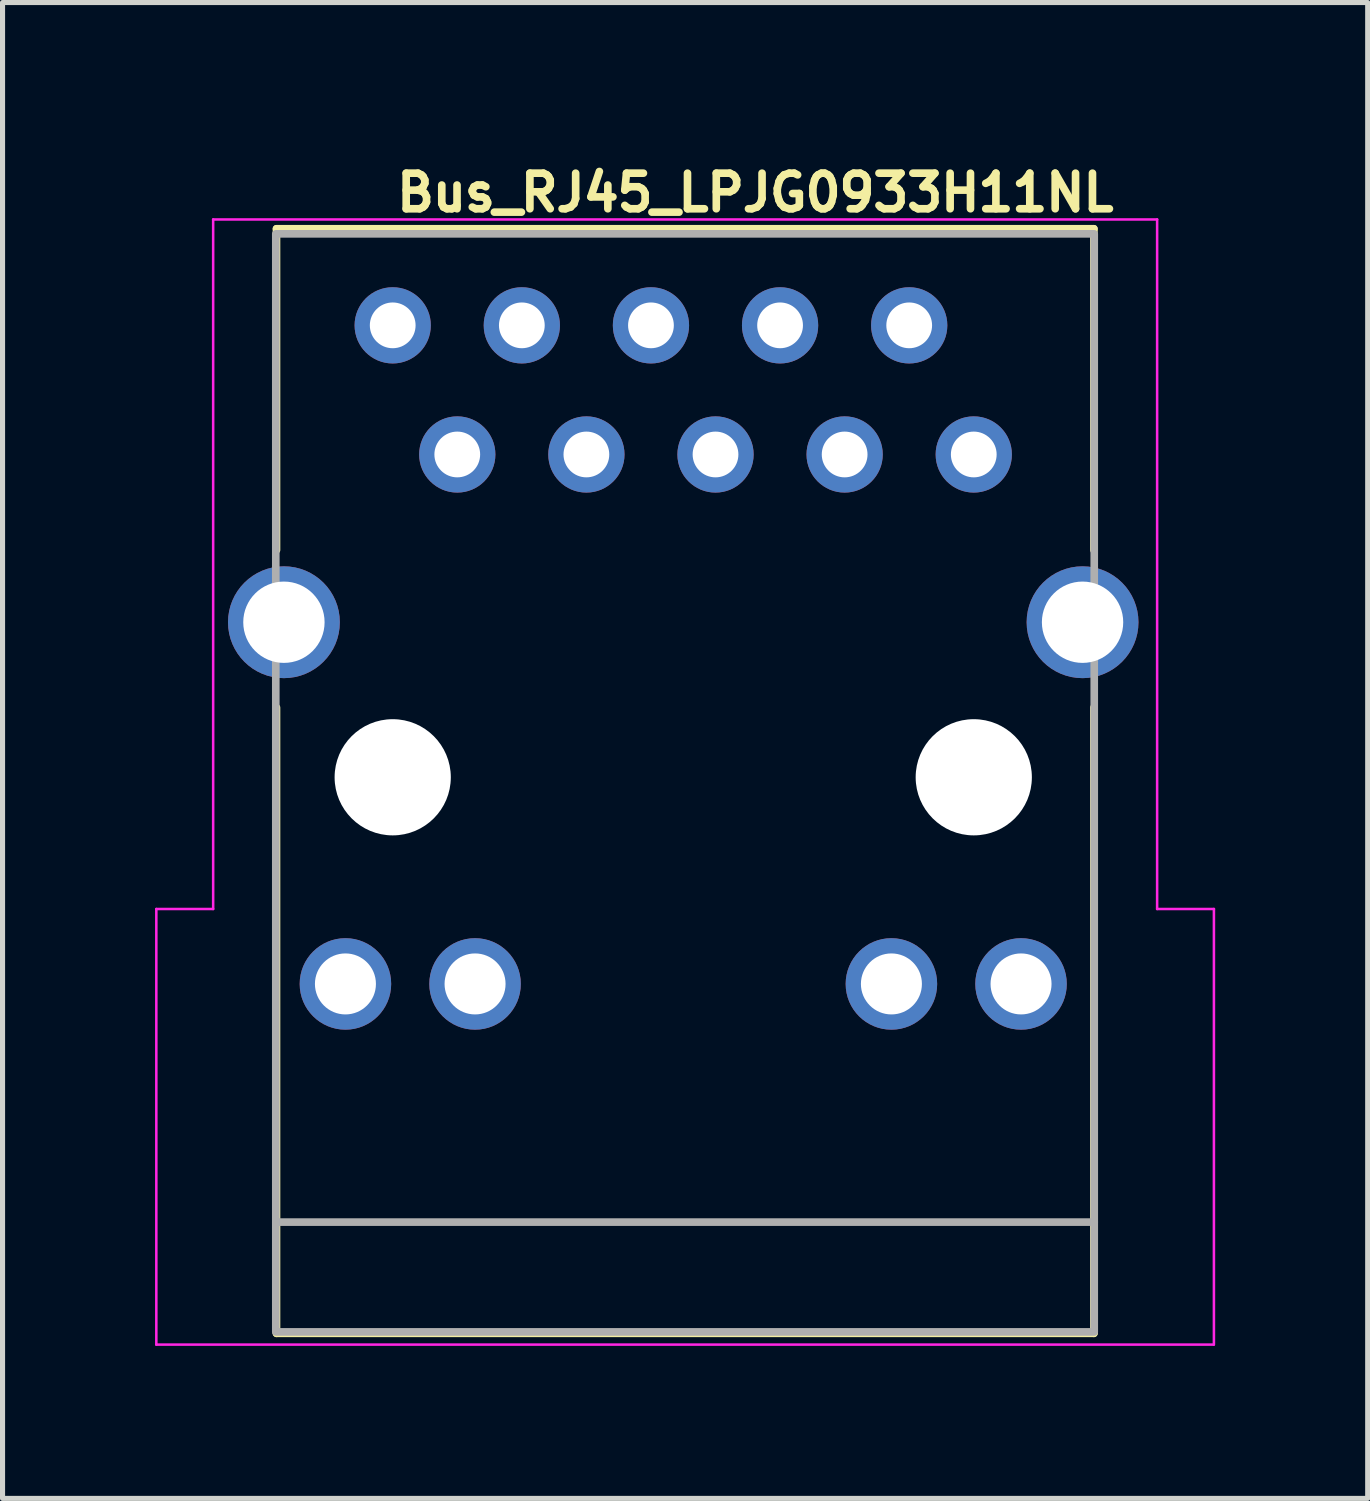
<source format=kicad_pcb>
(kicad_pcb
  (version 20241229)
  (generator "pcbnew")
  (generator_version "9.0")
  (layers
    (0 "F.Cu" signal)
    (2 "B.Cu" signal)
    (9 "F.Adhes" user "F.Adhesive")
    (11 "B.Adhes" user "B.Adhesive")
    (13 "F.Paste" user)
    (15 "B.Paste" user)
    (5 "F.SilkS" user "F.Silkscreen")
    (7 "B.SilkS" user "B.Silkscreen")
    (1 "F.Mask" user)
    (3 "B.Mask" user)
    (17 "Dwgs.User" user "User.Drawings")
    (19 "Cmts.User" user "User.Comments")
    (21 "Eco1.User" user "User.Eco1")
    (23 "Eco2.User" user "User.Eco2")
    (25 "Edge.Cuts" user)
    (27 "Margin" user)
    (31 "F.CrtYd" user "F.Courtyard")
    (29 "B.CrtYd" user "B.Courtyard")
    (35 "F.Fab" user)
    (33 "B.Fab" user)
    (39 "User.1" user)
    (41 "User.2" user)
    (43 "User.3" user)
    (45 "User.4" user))
  (footprint "Bus_RJ45_LPJG0933H11NL"
    (layer "F.Cu")
    (at 4.675 3.35)
    (property "Reference" "Bus_RJ45_LPJG0933H11NL" (at 0 -2.2 0) (unlocked yes) (layer "F.SilkS") (effects (font (size 0.7 0.7) (thickness 0.15)) (justify left bottom)))
    (attr through_hole)
    (fp_line (start -2.286 4.42) (end -2.286 -1.9) (stroke (width 0.15) (type solid)) (layer "F.SilkS"))
    (fp_line (start -2.286 19.828) (end -2.286 7.519) (stroke (width 0.15) (type solid)) (layer "F.SilkS"))
    (fp_line (start -2.286 19.828) (end 13.793 19.828) (stroke (width 0.15) (type solid)) (layer "F.SilkS"))
    (fp_line (start 13.793 -1.9) (end -2.286 -1.9) (stroke (width 0.15) (type solid)) (layer "F.SilkS"))
    (fp_line (start 13.793 4.42) (end 13.793 -1.9) (stroke (width 0.15) (type solid)) (layer "F.SilkS"))
    (fp_line (start 13.793 7.519) (end 13.793 19.828) (stroke (width 0.15) (type solid)) (layer "F.SilkS"))
    (fp_line (start -4.65 20.05) (end -4.65 11.481) (stroke (width 0.05) (type default)) (layer "F.CrtYd"))
    (fp_line (start -3.532 -2.083) (end 15.037 -2.083) (stroke (width 0.05) (type default)) (layer "F.CrtYd"))
    (fp_line (start -3.532 11.481) (end -4.65 11.481) (stroke (width 0.05) (type default)) (layer "F.CrtYd"))
    (fp_line (start -3.532 11.481) (end -3.532 -2.083) (stroke (width 0.05) (type default)) (layer "F.CrtYd"))
    (fp_line (start 15.037 11.481) (end 15.037 -2.083) (stroke (width 0.05) (type default)) (layer "F.CrtYd"))
    (fp_line (start 16.15 20.05) (end -4.65 20.05) (stroke (width 0.05) (type default)) (layer "F.CrtYd"))
    (fp_line (start 16.154 11.481) (end 15.037 11.481) (stroke (width 0.05) (type default)) (layer "F.CrtYd"))
    (fp_line (start 16.154 11.481) (end 16.154 20.05) (stroke (width 0.05) (type default)) (layer "F.CrtYd"))
    (fp_line (start -2.3 17.64) (end 13.8 17.64) (stroke (width 0.15) (type solid)) (layer "F.Fab"))
    (fp_rect (start -2.3 -1.8) (end 13.8 19.8) (stroke (width 0.15) (type solid)) (fill no) (layer "F.Fab"))
    (fp_line (start -4.25 11.823) (end -4.077 11.723) (stroke (width 0.02) (type solid)) (layer "User.9"))
    (fp_line (start -4.25 11.823) (end -4.077 11.723) (stroke (width 0.02) (type solid)) (layer "User.9"))
    (fp_line (start -4.208 11.897) (end -4.25 11.823) (stroke (width 0.02) (type solid)) (layer "User.9"))
    (fp_line (start -4.105 12.075) (end -4.208 11.897) (stroke (width 0.02) (type solid)) (layer "User.9"))
    (fp_line (start -4.105 12.075) (end -3.974 12.3) (stroke (width 0.02) (type solid)) (layer "User.9"))
    (fp_line (start -4.077 11.723) (end -4.25 11.823) (stroke (width 0.02) (type solid)) (layer "User.9"))
    (fp_line (start -4.077 11.723) (end -4.25 11.823) (stroke (width 0.02) (type solid)) (layer "User.9"))
    (fp_line (start -4.077 11.723) (end -4.034 11.797) (stroke (width 0.02) (type solid)) (layer "User.9"))
    (fp_line (start -4.034 11.797) (end -3.931 11.975) (stroke (width 0.02) (type solid)) (layer "User.9"))
    (fp_line (start -3.974 12.302) (end -3.974 12.3) (stroke (width 0.02) (type solid)) (layer "User.9"))
    (fp_line (start -3.974 12.302) (end -3.974 12.3) (stroke (width 0.02) (type solid)) (layer "User.9"))
    (fp_line (start -3.973 12.303) (end -3.974 12.302) (stroke (width 0.02) (type solid)) (layer "User.9"))
    (fp_line (start -3.973 12.303) (end -3.974 12.302) (stroke (width 0.02) (type solid)) (layer "User.9"))
    (fp_line (start -3.972 12.305) (end -3.973 12.303) (stroke (width 0.02) (type solid)) (layer "User.9"))
    (fp_line (start -3.972 12.305) (end -3.973 12.303) (stroke (width 0.02) (type solid)) (layer "User.9"))
    (fp_line (start -3.972 12.306) (end -3.972 12.305) (stroke (width 0.02) (type solid)) (layer "User.9"))
    (fp_line (start -3.972 12.306) (end -3.972 12.305) (stroke (width 0.02) (type solid)) (layer "User.9"))
    (fp_line (start -3.971 12.308) (end -3.972 12.306) (stroke (width 0.02) (type solid)) (layer "User.9"))
    (fp_line (start -3.971 12.308) (end -3.972 12.306) (stroke (width 0.02) (type solid)) (layer "User.9"))
    (fp_line (start -3.971 12.309) (end -3.971 12.308) (stroke (width 0.02) (type solid)) (layer "User.9"))
    (fp_line (start -3.971 12.309) (end -3.971 12.308) (stroke (width 0.02) (type solid)) (layer "User.9"))
    (fp_line (start -3.97 12.31) (end -3.971 12.309) (stroke (width 0.02) (type solid)) (layer "User.9"))
    (fp_line (start -3.97 12.31) (end -3.971 12.309) (stroke (width 0.02) (type solid)) (layer "User.9"))
    (fp_line (start -3.97 12.312) (end -3.97 12.31) (stroke (width 0.02) (type solid)) (layer "User.9"))
    (fp_line (start -3.97 12.312) (end -3.97 12.31) (stroke (width 0.02) (type solid)) (layer "User.9"))
    (fp_line (start -3.969 12.313) (end -3.97 12.312) (stroke (width 0.02) (type solid)) (layer "User.9"))
    (fp_line (start -3.969 12.313) (end -3.97 12.312) (stroke (width 0.02) (type solid)) (layer "User.9"))
    (fp_line (start -3.969 12.315) (end -3.969 12.313) (stroke (width 0.02) (type solid)) (layer "User.9"))
    (fp_line (start -3.969 12.315) (end -3.969 12.313) (stroke (width 0.02) (type solid)) (layer "User.9"))
    (fp_line (start -3.969 12.317) (end -3.969 12.315) (stroke (width 0.02) (type solid)) (layer "User.9"))
    (fp_line (start -3.969 12.317) (end -3.969 12.315) (stroke (width 0.02) (type solid)) (layer "User.9"))
    (fp_line (start -3.968 12.318) (end -3.969 12.317) (stroke (width 0.02) (type solid)) (layer "User.9"))
    (fp_line (start -3.968 12.318) (end -3.969 12.317) (stroke (width 0.02) (type solid)) (layer "User.9"))
    (fp_line (start -3.968 12.32) (end -3.968 12.318) (stroke (width 0.02) (type solid)) (layer "User.9"))
    (fp_line (start -3.968 12.32) (end -3.968 12.318) (stroke (width 0.02) (type solid)) (layer "User.9"))
    (fp_line (start -3.968 12.321) (end -3.968 12.32) (stroke (width 0.02) (type solid)) (layer "User.9"))
    (fp_line (start -3.968 12.321) (end -3.968 12.32) (stroke (width 0.02) (type solid)) (layer "User.9"))
    (fp_line (start -3.968 12.323) (end -3.968 12.321) (stroke (width 0.02) (type solid)) (layer "User.9"))
    (fp_line (start -3.968 12.323) (end -3.968 12.321) (stroke (width 0.02) (type solid)) (layer "User.9"))
    (fp_line (start -3.968 12.324) (end -3.968 12.323) (stroke (width 0.02) (type solid)) (layer "User.9"))
    (fp_line (start -3.968 12.324) (end -3.968 12.323) (stroke (width 0.02) (type solid)) (layer "User.9"))
    (fp_line (start -3.968 12.324) (end -3.968 15.622) (stroke (width 0.02) (type solid)) (layer "User.9"))
    (fp_line (start -3.968 12.324) (end -3.968 15.622) (stroke (width 0.02) (type solid)) (layer "User.9"))
    (fp_line (start -3.968 15.622) (end -3.967 15.731) (stroke (width 0.02) (type solid)) (layer "User.9"))
    (fp_line (start -3.967 15.731) (end -3.962 15.839) (stroke (width 0.02) (type solid)) (layer "User.9"))
    (fp_line (start -3.962 15.839) (end -3.956 15.946) (stroke (width 0.02) (type solid)) (layer "User.9"))
    (fp_line (start -3.956 15.946) (end -3.946 16.053) (stroke (width 0.02) (type solid)) (layer "User.9"))
    (fp_line (start -3.946 16.053) (end -3.934 16.158) (stroke (width 0.02) (type solid)) (layer "User.9"))
    (fp_line (start -3.934 16.158) (end -3.92 16.262) (stroke (width 0.02) (type solid)) (layer "User.9"))
    (fp_line (start -3.92 16.262) (end -3.903 16.365) (stroke (width 0.02) (type solid)) (layer "User.9"))
    (fp_line (start -3.903 16.365) (end -3.883 16.467) (stroke (width 0.02) (type solid)) (layer "User.9"))
    (fp_line (start -3.883 16.467) (end -3.862 16.568) (stroke (width 0.02) (type solid)) (layer "User.9"))
    (fp_line (start -3.862 16.568) (end -3.837 16.668) (stroke (width 0.02) (type solid)) (layer "User.9"))
    (fp_line (start -3.837 16.668) (end -3.811 16.767) (stroke (width 0.02) (type solid)) (layer "User.9"))
    (fp_line (start -3.811 16.767) (end -3.782 16.865) (stroke (width 0.02) (type solid)) (layer "User.9"))
    (fp_line (start -3.801 12.2) (end -3.931 11.975) (stroke (width 0.02) (type solid)) (layer "User.9"))
    (fp_line (start -3.797 12.208) (end -3.801 12.2) (stroke (width 0.02) (type solid)) (layer "User.9"))
    (fp_line (start -3.793 12.215) (end -3.797 12.208) (stroke (width 0.02) (type solid)) (layer "User.9"))
    (fp_line (start -3.79 12.222) (end -3.793 12.215) (stroke (width 0.02) (type solid)) (layer "User.9"))
    (fp_line (start -3.787 12.23) (end -3.79 12.222) (stroke (width 0.02) (type solid)) (layer "User.9"))
    (fp_line (start -3.784 12.237) (end -3.787 12.23) (stroke (width 0.02) (type solid)) (layer "User.9"))
    (fp_line (start -3.782 16.865) (end -3.751 16.962) (stroke (width 0.02) (type solid)) (layer "User.9"))
    (fp_line (start -3.781 12.245) (end -3.784 12.237) (stroke (width 0.02) (type solid)) (layer "User.9"))
    (fp_line (start -3.779 12.252) (end -3.781 12.245) (stroke (width 0.02) (type solid)) (layer "User.9"))
    (fp_line (start -3.776 12.26) (end -3.779 12.252) (stroke (width 0.02) (type solid)) (layer "User.9"))
    (fp_line (start -3.774 12.268) (end -3.776 12.26) (stroke (width 0.02) (type solid)) (layer "User.9"))
    (fp_line (start -3.773 12.276) (end -3.774 12.268) (stroke (width 0.02) (type solid)) (layer "User.9"))
    (fp_line (start -3.771 12.284) (end -3.773 12.276) (stroke (width 0.02) (type solid)) (layer "User.9"))
    (fp_line (start -3.77 12.292) (end -3.771 12.284) (stroke (width 0.02) (type solid)) (layer "User.9"))
    (fp_line (start -3.769 12.3) (end -3.77 12.292) (stroke (width 0.02) (type solid)) (layer "User.9"))
    (fp_line (start -3.769 12.308) (end -3.769 12.3) (stroke (width 0.02) (type solid)) (layer "User.9"))
    (fp_line (start -3.768 12.316) (end -3.769 12.308) (stroke (width 0.02) (type solid)) (layer "User.9"))
    (fp_line (start -3.768 12.324) (end -3.768 12.316) (stroke (width 0.02) (type solid)) (layer "User.9"))
    (fp_line (start -3.768 15.622) (end -3.768 12.324) (stroke (width 0.02) (type solid)) (layer "User.9"))
    (fp_line (start -3.768 15.622) (end -3.768 12.324) (stroke (width 0.02) (type solid)) (layer "User.9"))
    (fp_line (start -3.768 15.622) (end -3.767 15.726) (stroke (width 0.02) (type solid)) (layer "User.9"))
    (fp_line (start -3.768 15.622) (end -3.767 15.726) (stroke (width 0.02) (type solid)) (layer "User.9"))
    (fp_line (start -3.767 15.726) (end -3.763 15.829) (stroke (width 0.02) (type solid)) (layer "User.9"))
    (fp_line (start -3.767 15.726) (end -3.763 15.829) (stroke (width 0.02) (type solid)) (layer "User.9"))
    (fp_line (start -3.763 15.829) (end -3.756 15.931) (stroke (width 0.02) (type solid)) (layer "User.9"))
    (fp_line (start -3.763 15.829) (end -3.756 15.931) (stroke (width 0.02) (type solid)) (layer "User.9"))
    (fp_line (start -3.756 15.931) (end -3.747 16.032) (stroke (width 0.02) (type solid)) (layer "User.9"))
    (fp_line (start -3.756 15.931) (end -3.747 16.032) (stroke (width 0.02) (type solid)) (layer "User.9"))
    (fp_line (start -3.751 16.962) (end -3.718 17.058) (stroke (width 0.02) (type solid)) (layer "User.9"))
    (fp_line (start -3.747 16.032) (end -3.736 16.132) (stroke (width 0.02) (type solid)) (layer "User.9"))
    (fp_line (start -3.747 16.032) (end -3.736 16.132) (stroke (width 0.02) (type solid)) (layer "User.9"))
    (fp_line (start -3.736 16.132) (end -3.722 16.231) (stroke (width 0.02) (type solid)) (layer "User.9"))
    (fp_line (start -3.736 16.132) (end -3.722 16.231) (stroke (width 0.02) (type solid)) (layer "User.9"))
    (fp_line (start -3.722 16.231) (end -3.706 16.33) (stroke (width 0.02) (type solid)) (layer "User.9"))
    (fp_line (start -3.722 16.231) (end -3.706 16.33) (stroke (width 0.02) (type solid)) (layer "User.9"))
    (fp_line (start -3.718 17.058) (end -3.682 17.153) (stroke (width 0.02) (type solid)) (layer "User.9"))
    (fp_line (start -3.706 16.33) (end -3.687 16.427) (stroke (width 0.02) (type solid)) (layer "User.9"))
    (fp_line (start -3.706 16.33) (end -3.687 16.427) (stroke (width 0.02) (type solid)) (layer "User.9"))
    (fp_line (start -3.687 16.427) (end -3.667 16.523) (stroke (width 0.02) (type solid)) (layer "User.9"))
    (fp_line (start -3.687 16.427) (end -3.667 16.523) (stroke (width 0.02) (type solid)) (layer "User.9"))
    (fp_line (start -3.682 17.153) (end -3.645 17.248) (stroke (width 0.02) (type solid)) (layer "User.9"))
    (fp_line (start -3.667 16.523) (end -3.644 16.618) (stroke (width 0.02) (type solid)) (layer "User.9"))
    (fp_line (start -3.667 16.523) (end -3.644 16.618) (stroke (width 0.02) (type solid)) (layer "User.9"))
    (fp_line (start -3.645 17.248) (end -3.604 17.341) (stroke (width 0.02) (type solid)) (layer "User.9"))
    (fp_line (start -3.644 16.618) (end -3.618 16.713) (stroke (width 0.02) (type solid)) (layer "User.9"))
    (fp_line (start -3.644 16.618) (end -3.618 16.713) (stroke (width 0.02) (type solid)) (layer "User.9"))
    (fp_line (start -3.618 16.713) (end -3.591 16.806) (stroke (width 0.02) (type solid)) (layer "User.9"))
    (fp_line (start -3.618 16.713) (end -3.591 16.806) (stroke (width 0.02) (type solid)) (layer "User.9"))
    (fp_line (start -3.604 17.341) (end -3.562 17.434) (stroke (width 0.02) (type solid)) (layer "User.9"))
    (fp_line (start -3.591 16.806) (end -3.561 16.899) (stroke (width 0.02) (type solid)) (layer "User.9"))
    (fp_line (start -3.591 16.806) (end -3.561 16.899) (stroke (width 0.02) (type solid)) (layer "User.9"))
    (fp_line (start -3.562 17.434) (end -3.518 17.525) (stroke (width 0.02) (type solid)) (layer "User.9"))
    (fp_line (start -3.561 16.899) (end -3.53 16.99) (stroke (width 0.02) (type solid)) (layer "User.9"))
    (fp_line (start -3.561 16.899) (end -3.53 16.99) (stroke (width 0.02) (type solid)) (layer "User.9"))
    (fp_line (start -3.53 16.99) (end -3.496 17.081) (stroke (width 0.02) (type solid)) (layer "User.9"))
    (fp_line (start -3.53 16.99) (end -3.496 17.081) (stroke (width 0.02) (type solid)) (layer "User.9"))
    (fp_line (start -3.518 17.525) (end -3.471 17.616) (stroke (width 0.02) (type solid)) (layer "User.9"))
    (fp_line (start -3.496 17.081) (end -3.46 17.171) (stroke (width 0.02) (type solid)) (layer "User.9"))
    (fp_line (start -3.496 17.081) (end -3.46 17.171) (stroke (width 0.02) (type solid)) (layer "User.9"))
    (fp_line (start -3.471 17.616) (end -3.422 17.706) (stroke (width 0.02) (type solid)) (layer "User.9"))
    (fp_line (start -3.46 17.171) (end -3.422 17.26) (stroke (width 0.02) (type solid)) (layer "User.9"))
    (fp_line (start -3.46 17.171) (end -3.422 17.26) (stroke (width 0.02) (type solid)) (layer "User.9"))
    (fp_line (start -3.422 17.26) (end -3.381 17.348) (stroke (width 0.02) (type solid)) (layer "User.9"))
    (fp_line (start -3.422 17.26) (end -3.381 17.348) (stroke (width 0.02) (type solid)) (layer "User.9"))
    (fp_line (start -3.422 17.706) (end -3.371 17.795) (stroke (width 0.02) (type solid)) (layer "User.9"))
    (fp_line (start -3.381 17.348) (end -3.339 17.436) (stroke (width 0.02) (type solid)) (layer "User.9"))
    (fp_line (start -3.381 17.348) (end -3.339 17.436) (stroke (width 0.02) (type solid)) (layer "User.9"))
    (fp_line (start -3.371 17.795) (end -3.317 17.882) (stroke (width 0.02) (type solid)) (layer "User.9"))
    (fp_line (start -3.339 17.436) (end -3.294 17.522) (stroke (width 0.02) (type solid)) (layer "User.9"))
    (fp_line (start -3.339 17.436) (end -3.294 17.522) (stroke (width 0.02) (type solid)) (layer "User.9"))
    (fp_line (start -3.317 17.882) (end -3.261 17.969) (stroke (width 0.02) (type solid)) (layer "User.9"))
    (fp_line (start -3.294 17.522) (end -3.248 17.608) (stroke (width 0.02) (type solid)) (layer "User.9"))
    (fp_line (start -3.294 17.522) (end -3.248 17.608) (stroke (width 0.02) (type solid)) (layer "User.9"))
    (fp_line (start -3.261 17.969) (end -3.203 18.055) (stroke (width 0.02) (type solid)) (layer "User.9"))
    (fp_line (start -3.248 17.608) (end -3.199 17.692) (stroke (width 0.02) (type solid)) (layer "User.9"))
    (fp_line (start -3.248 17.608) (end -3.199 17.692) (stroke (width 0.02) (type solid)) (layer "User.9"))
    (fp_line (start -3.203 18.055) (end -3.142 18.14) (stroke (width 0.02) (type solid)) (layer "User.9"))
    (fp_line (start -3.199 17.692) (end -3.148 17.776) (stroke (width 0.02) (type solid)) (layer "User.9"))
    (fp_line (start -3.199 17.692) (end -3.148 17.776) (stroke (width 0.02) (type solid)) (layer "User.9"))
    (fp_line (start -3.148 17.776) (end -3.094 17.859) (stroke (width 0.02) (type solid)) (layer "User.9"))
    (fp_line (start -3.148 17.776) (end -3.094 17.859) (stroke (width 0.02) (type solid)) (layer "User.9"))
    (fp_line (start -3.142 18.14) (end -3.078 18.224) (stroke (width 0.02) (type solid)) (layer "User.9"))
    (fp_line (start -3.094 17.859) (end -3.039 17.941) (stroke (width 0.02) (type solid)) (layer "User.9"))
    (fp_line (start -3.094 17.859) (end -3.039 17.941) (stroke (width 0.02) (type solid)) (layer "User.9"))
    (fp_line (start -3.078 18.224) (end -3.013 18.306) (stroke (width 0.02) (type solid)) (layer "User.9"))
    (fp_line (start -3.039 17.941) (end -2.981 18.021) (stroke (width 0.02) (type solid)) (layer "User.9"))
    (fp_line (start -3.039 17.941) (end -2.981 18.021) (stroke (width 0.02) (type solid)) (layer "User.9"))
    (fp_line (start -3.013 18.306) (end -2.944 18.388) (stroke (width 0.02) (type solid)) (layer "User.9"))
    (fp_line (start -2.981 18.021) (end -2.92 18.101) (stroke (width 0.02) (type solid)) (layer "User.9"))
    (fp_line (start -2.981 18.021) (end -2.92 18.101) (stroke (width 0.02) (type solid)) (layer "User.9"))
    (fp_line (start -2.944 18.388) (end -2.873 18.469) (stroke (width 0.02) (type solid)) (layer "User.9"))
    (fp_line (start -2.92 18.101) (end -2.858 18.18) (stroke (width 0.02) (type solid)) (layer "User.9"))
    (fp_line (start -2.92 18.101) (end -2.858 18.18) (stroke (width 0.02) (type solid)) (layer "User.9"))
    (fp_line (start -2.873 18.469) (end -2.8 18.548) (stroke (width 0.02) (type solid)) (layer "User.9"))
    (fp_line (start -2.858 18.18) (end -2.792 18.258) (stroke (width 0.02) (type solid)) (layer "User.9"))
    (fp_line (start -2.858 18.18) (end -2.792 18.258) (stroke (width 0.02) (type solid)) (layer "User.9"))
    (fp_line (start -2.8 18.548) (end -2.723 18.627) (stroke (width 0.02) (type solid)) (layer "User.9"))
    (fp_line (start -2.792 18.258) (end -2.725 18.335) (stroke (width 0.02) (type solid)) (layer "User.9"))
    (fp_line (start -2.792 18.258) (end -2.725 18.335) (stroke (width 0.02) (type solid)) (layer "User.9"))
    (fp_line (start -2.725 18.335) (end -2.655 18.411) (stroke (width 0.02) (type solid)) (layer "User.9"))
    (fp_line (start -2.725 18.335) (end -2.655 18.411) (stroke (width 0.02) (type solid)) (layer "User.9"))
    (fp_line (start -2.723 18.627) (end -2.209 19.141) (stroke (width 0.02) (type solid)) (layer "User.9"))
    (fp_line (start -2.655 18.411) (end -2.582 18.485) (stroke (width 0.02) (type solid)) (layer "User.9"))
    (fp_line (start -2.655 18.411) (end -2.582 18.485) (stroke (width 0.02) (type solid)) (layer "User.9"))
    (fp_line (start -2.331 0.315) (end -2.2 0.377) (stroke (width 0.02) (type solid)) (layer "User.9"))
    (fp_line (start -2.31 5.693) (end -2.308 5.676) (stroke (width 0.02) (type solid)) (layer "User.9"))
    (fp_line (start -2.31 5.71) (end -2.31 5.693) (stroke (width 0.02) (type solid)) (layer "User.9"))
    (fp_line (start -2.31 5.724) (end -2.31 5.71) (stroke (width 0.02) (type solid)) (layer "User.9"))
    (fp_line (start -2.31 5.763) (end -2.31 5.724) (stroke (width 0.02) (type solid)) (layer "User.9"))
    (fp_line (start -2.31 5.85) (end -2.31 5.763) (stroke (width 0.02) (type solid)) (layer "User.9"))
    (fp_line (start -2.31 5.96) (end -2.31 5.85) (stroke (width 0.02) (type solid)) (layer "User.9"))
    (fp_line (start -2.31 5.987) (end -2.31 5.96) (stroke (width 0.02) (type solid)) (layer "User.9"))
    (fp_line (start -2.31 5.99) (end -2.31 5.987) (stroke (width 0.02) (type solid)) (layer "User.9"))
    (fp_line (start -2.31 5.99) (end -2.31 6.007) (stroke (width 0.02) (type solid)) (layer "User.9"))
    (fp_line (start -2.31 6.007) (end -2.308 6.024) (stroke (width 0.02) (type solid)) (layer "User.9"))
    (fp_line (start -2.308 5.676) (end -2.306 5.659) (stroke (width 0.02) (type solid)) (layer "User.9"))
    (fp_line (start -2.308 6.024) (end -2.306 6.041) (stroke (width 0.02) (type solid)) (layer "User.9"))
    (fp_line (start -2.306 5.659) (end -2.303 5.643) (stroke (width 0.02) (type solid)) (layer "User.9"))
    (fp_line (start -2.306 6.041) (end -2.303 6.057) (stroke (width 0.02) (type solid)) (layer "User.9"))
    (fp_line (start -2.303 5.643) (end -2.299 5.626) (stroke (width 0.02) (type solid)) (layer "User.9"))
    (fp_line (start -2.303 6.057) (end -2.299 6.074) (stroke (width 0.02) (type solid)) (layer "User.9"))
    (fp_line (start -2.299 5.626) (end -2.294 5.61) (stroke (width 0.02) (type solid)) (layer "User.9"))
    (fp_line (start -2.299 6.074) (end -2.294 6.09) (stroke (width 0.02) (type solid)) (layer "User.9"))
    (fp_line (start -2.294 5.61) (end -2.288 5.595) (stroke (width 0.02) (type solid)) (layer "User.9"))
    (fp_line (start -2.294 6.09) (end -2.288 6.105) (stroke (width 0.02) (type solid)) (layer "User.9"))
    (fp_line (start -2.288 5.595) (end -2.281 5.579) (stroke (width 0.02) (type solid)) (layer "User.9"))
    (fp_line (start -2.288 6.105) (end -2.281 6.121) (stroke (width 0.02) (type solid)) (layer "User.9"))
    (fp_line (start -2.281 5.579) (end -2.274 5.564) (stroke (width 0.02) (type solid)) (layer "User.9"))
    (fp_line (start -2.281 6.121) (end -2.274 6.136) (stroke (width 0.02) (type solid)) (layer "User.9"))
    (fp_line (start -2.274 5.564) (end -2.265 5.55) (stroke (width 0.02) (type solid)) (layer "User.9"))
    (fp_line (start -2.274 6.136) (end -2.265 6.15) (stroke (width 0.02) (type solid)) (layer "User.9"))
    (fp_line (start -2.265 5.55) (end -2.256 5.536) (stroke (width 0.02) (type solid)) (layer "User.9"))
    (fp_line (start -2.265 6.15) (end -2.256 6.164) (stroke (width 0.02) (type solid)) (layer "User.9"))
    (fp_line (start -2.256 5.536) (end -2.247 5.522) (stroke (width 0.02) (type solid)) (layer "User.9"))
    (fp_line (start -2.256 6.164) (end -2.247 6.178) (stroke (width 0.02) (type solid)) (layer "User.9"))
    (fp_line (start -2.247 5.522) (end -2.236 5.509) (stroke (width 0.02) (type solid)) (layer "User.9"))
    (fp_line (start -2.247 6.178) (end -2.236 6.191) (stroke (width 0.02) (type solid)) (layer "User.9"))
    (fp_line (start -2.236 5.509) (end -2.225 5.496) (stroke (width 0.02) (type solid)) (layer "User.9"))
    (fp_line (start -2.236 6.191) (end -2.225 6.204) (stroke (width 0.02) (type solid)) (layer "User.9"))
    (fp_line (start -2.225 5.496) (end -2.213 5.484) (stroke (width 0.02) (type solid)) (layer "User.9"))
    (fp_line (start -2.225 6.204) (end -2.213 6.216) (stroke (width 0.02) (type solid)) (layer "User.9"))
    (fp_line (start -2.213 5.484) (end -2.2 5.473) (stroke (width 0.02) (type solid)) (layer "User.9"))
    (fp_line (start -2.213 6.216) (end -2.2 6.227) (stroke (width 0.02) (type solid)) (layer "User.9"))
    (fp_line (start -2.208 19.142) (end -2.209 19.141) (stroke (width 0.02) (type solid)) (layer "User.9"))
    (fp_line (start -2.208 19.142) (end -2.209 19.141) (stroke (width 0.02) (type solid)) (layer "User.9"))
    (fp_line (start -2.207 19.143) (end -2.208 19.142) (stroke (width 0.02) (type solid)) (layer "User.9"))
    (fp_line (start -2.207 19.143) (end -2.208 19.142) (stroke (width 0.02) (type solid)) (layer "User.9"))
    (fp_line (start -2.206 19.144) (end -2.207 19.143) (stroke (width 0.02) (type solid)) (layer "User.9"))
    (fp_line (start -2.206 19.144) (end -2.207 19.143) (stroke (width 0.02) (type solid)) (layer "User.9"))
    (fp_line (start -2.205 19.146) (end -2.206 19.144) (stroke (width 0.02) (type solid)) (layer "User.9"))
    (fp_line (start -2.205 19.146) (end -2.206 19.144) (stroke (width 0.02) (type solid)) (layer "User.9"))
    (fp_line (start -2.204 19.147) (end -2.205 19.146) (stroke (width 0.02) (type solid)) (layer "User.9"))
    (fp_line (start -2.204 19.147) (end -2.205 19.146) (stroke (width 0.02) (type solid)) (layer "User.9"))
    (fp_line (start -2.204 19.148) (end -2.204 19.147) (stroke (width 0.02) (type solid)) (layer "User.9"))
    (fp_line (start -2.204 19.148) (end -2.204 19.147) (stroke (width 0.02) (type solid)) (layer "User.9"))
    (fp_line (start -2.203 19.15) (end -2.204 19.148) (stroke (width 0.02) (type solid)) (layer "User.9"))
    (fp_line (start -2.203 19.15) (end -2.204 19.148) (stroke (width 0.02) (type solid)) (layer "User.9"))
    (fp_line (start -2.202 19.151) (end -2.203 19.15) (stroke (width 0.02) (type solid)) (layer "User.9"))
    (fp_line (start -2.202 19.151) (end -2.203 19.15) (stroke (width 0.02) (type solid)) (layer "User.9"))
    (fp_line (start -2.202 19.152) (end -2.202 19.151) (stroke (width 0.02) (type solid)) (layer "User.9"))
    (fp_line (start -2.202 19.152) (end -2.202 19.151) (stroke (width 0.02) (type solid)) (layer "User.9"))
    (fp_line (start -2.201 19.154) (end -2.202 19.152) (stroke (width 0.02) (type solid)) (layer "User.9"))
    (fp_line (start -2.201 19.154) (end -2.202 19.152) (stroke (width 0.02) (type solid)) (layer "User.9"))
    (fp_line (start -2.201 19.155) (end -2.201 19.154) (stroke (width 0.02) (type solid)) (layer "User.9"))
    (fp_line (start -2.201 19.155) (end -2.201 19.154) (stroke (width 0.02) (type solid)) (layer "User.9"))
    (fp_line (start -2.201 19.157) (end -2.201 19.155) (stroke (width 0.02) (type solid)) (layer "User.9"))
    (fp_line (start -2.201 19.157) (end -2.201 19.155) (stroke (width 0.02) (type solid)) (layer "User.9"))
    (fp_line (start -2.2 -1.3) (end -2.083 -1.3) (stroke (width 0.02) (type solid)) (layer "User.9"))
    (fp_line (start -2.2 0.035) (end -2.331 0.315) (stroke (width 0.02) (type solid)) (layer "User.9"))
    (fp_line (start -2.2 18.867) (end -2.582 18.485) (stroke (width 0.02) (type solid)) (layer "User.9"))
    (fp_line (start -2.2 19.158) (end -2.201 19.157) (stroke (width 0.02) (type solid)) (layer "User.9"))
    (fp_line (start -2.2 19.158) (end -2.201 19.157) (stroke (width 0.02) (type solid)) (layer "User.9"))
    (fp_line (start -2.2 19.16) (end -2.2 19.158) (stroke (width 0.02) (type solid)) (layer "User.9"))
    (fp_line (start -2.2 19.16) (end -2.2 19.158) (stroke (width 0.02) (type solid)) (layer "User.9"))
    (fp_line (start -2.2 19.162) (end -2.2 19.16) (stroke (width 0.02) (type solid)) (layer "User.9"))
    (fp_line (start -2.2 19.162) (end -2.2 19.16) (stroke (width 0.02) (type solid)) (layer "User.9"))
    (fp_line (start -2.2 19.163) (end -2.2 19.162) (stroke (width 0.02) (type solid)) (layer "User.9"))
    (fp_line (start -2.2 19.163) (end -2.2 19.162) (stroke (width 0.02) (type solid)) (layer "User.9"))
    (fp_line (start -2.2 19.25) (end -2.2 -1.3) (stroke (width 0.02) (type solid)) (layer "User.9"))
    (fp_line (start -2.2 19.25) (end -2.199 19.271) (stroke (width 0.02) (type solid)) (layer "User.9"))
    (fp_line (start -2.199 -1.321) (end -2.2 -1.3) (stroke (width 0.02) (type solid)) (layer "User.9"))
    (fp_line (start -2.199 19.271) (end -2.198 19.291) (stroke (width 0.02) (type solid)) (layer "User.9"))
    (fp_line (start -2.198 -1.341) (end -2.199 -1.321) (stroke (width 0.02) (type solid)) (layer "User.9"))
    (fp_line (start -2.198 19.291) (end -2.195 19.311) (stroke (width 0.02) (type solid)) (layer "User.9"))
    (fp_line (start -2.195 -1.361) (end -2.198 -1.341) (stroke (width 0.02) (type solid)) (layer "User.9"))
    (fp_line (start -2.195 19.311) (end -2.192 19.331) (stroke (width 0.02) (type solid)) (layer "User.9"))
    (fp_line (start -2.192 -1.381) (end -2.195 -1.361) (stroke (width 0.02) (type solid)) (layer "User.9"))
    (fp_line (start -2.192 19.331) (end -2.187 19.35) (stroke (width 0.02) (type solid)) (layer "User.9"))
    (fp_line (start -2.187 -1.4) (end -2.192 -1.381) (stroke (width 0.02) (type solid)) (layer "User.9"))
    (fp_line (start -2.187 19.35) (end -2.182 19.369) (stroke (width 0.02) (type solid)) (layer "User.9"))
    (fp_line (start -2.182 -1.419) (end -2.187 -1.4) (stroke (width 0.02) (type solid)) (layer "User.9"))
    (fp_line (start -2.182 19.369) (end -2.176 19.388) (stroke (width 0.02) (type solid)) (layer "User.9"))
    (fp_line (start -2.176 -1.438) (end -2.182 -1.419) (stroke (width 0.02) (type solid)) (layer "User.9"))
    (fp_line (start -2.176 19.388) (end -2.169 19.406) (stroke (width 0.02) (type solid)) (layer "User.9"))
    (fp_line (start -2.169 -1.456) (end -2.176 -1.438) (stroke (width 0.02) (type solid)) (layer "User.9"))
    (fp_line (start -2.169 19.406) (end -2.161 19.423) (stroke (width 0.02) (type solid)) (layer "User.9"))
    (fp_line (start -2.161 -1.473) (end -2.169 -1.456) (stroke (width 0.02) (type solid)) (layer "User.9"))
    (fp_line (start -2.161 19.423) (end -2.152 19.441) (stroke (width 0.02) (type solid)) (layer "User.9"))
    (fp_line (start -2.152 -1.491) (end -2.161 -1.473) (stroke (width 0.02) (type solid)) (layer "User.9"))
    (fp_line (start -2.152 19.441) (end -2.142 19.457) (stroke (width 0.02) (type solid)) (layer "User.9"))
    (fp_line (start -2.142 -1.507) (end -2.152 -1.491) (stroke (width 0.02) (type solid)) (layer "User.9"))
    (fp_line (start -2.142 19.457) (end -2.132 19.474) (stroke (width 0.02) (type solid)) (layer "User.9"))
    (fp_line (start -2.132 -1.524) (end -2.142 -1.507) (stroke (width 0.02) (type solid)) (layer "User.9"))
    (fp_line (start -2.132 19.474) (end -2.121 19.489) (stroke (width 0.02) (type solid)) (layer "User.9"))
    (fp_line (start -2.121 -1.539) (end -2.132 -1.524) (stroke (width 0.02) (type solid)) (layer "User.9"))
    (fp_line (start -2.121 19.489) (end -2.109 19.504) (stroke (width 0.02) (type solid)) (layer "User.9"))
    (fp_line (start -2.109 -1.554) (end -2.121 -1.539) (stroke (width 0.02) (type solid)) (layer "User.9"))
    (fp_line (start -2.109 19.504) (end -2.096 19.519) (stroke (width 0.02) (type solid)) (layer "User.9"))
    (fp_line (start -2.096 -1.569) (end -2.109 -1.554) (stroke (width 0.02) (type solid)) (layer "User.9"))
    (fp_line (start -2.096 19.519) (end -2.083 19.533) (stroke (width 0.02) (type solid)) (layer "User.9"))
    (fp_line (start -2.083 -1.583) (end -2.096 -1.569) (stroke (width 0.02) (type solid)) (layer "User.9"))
    (fp_line (start -2.083 -1.3) (end -1.8 -1.3) (stroke (width 0.02) (type solid)) (layer "User.9"))
    (fp_line (start -2.083 19.533) (end -2.069 19.546) (stroke (width 0.02) (type solid)) (layer "User.9"))
    (fp_line (start -2.069 -1.596) (end -2.083 -1.583) (stroke (width 0.02) (type solid)) (layer "User.9"))
    (fp_line (start -2.069 19.546) (end -2.054 19.559) (stroke (width 0.02) (type solid)) (layer "User.9"))
    (fp_line (start -2.054 -1.609) (end -2.069 -1.596) (stroke (width 0.02) (type solid)) (layer "User.9"))
    (fp_line (start -2.054 19.559) (end -2.039 19.571) (stroke (width 0.02) (type solid)) (layer "User.9"))
    (fp_line (start -2.039 -1.621) (end -2.054 -1.609) (stroke (width 0.02) (type solid)) (layer "User.9"))
    (fp_line (start -2.039 19.571) (end -2.024 19.582) (stroke (width 0.02) (type solid)) (layer "User.9"))
    (fp_line (start -2.024 -1.632) (end -2.039 -1.621) (stroke (width 0.02) (type solid)) (layer "User.9"))
    (fp_line (start -2.024 19.582) (end -2.007 19.592) (stroke (width 0.02) (type solid)) (layer "User.9"))
    (fp_line (start -2.007 -1.642) (end -2.024 -1.632) (stroke (width 0.02) (type solid)) (layer "User.9"))
    (fp_line (start -2.007 19.592) (end -1.991 19.602) (stroke (width 0.02) (type solid)) (layer "User.9"))
    (fp_line (start -1.991 -1.652) (end -2.007 -1.642) (stroke (width 0.02) (type solid)) (layer "User.9"))
    (fp_line (start -1.991 19.602) (end -1.973 19.611) (stroke (width 0.02) (type solid)) (layer "User.9"))
    (fp_line (start -1.973 -1.661) (end -1.991 -1.652) (stroke (width 0.02) (type solid)) (layer "User.9"))
    (fp_line (start -1.973 19.611) (end -1.956 19.619) (stroke (width 0.02) (type solid)) (layer "User.9"))
    (fp_line (start -1.956 -1.669) (end -1.973 -1.661) (stroke (width 0.02) (type solid)) (layer "User.9"))
    (fp_line (start -1.956 19.619) (end -1.938 19.626) (stroke (width 0.02) (type solid)) (layer "User.9"))
    (fp_line (start -1.938 -1.676) (end -1.956 -1.669) (stroke (width 0.02) (type solid)) (layer "User.9"))
    (fp_line (start -1.938 19.626) (end -1.919 19.632) (stroke (width 0.02) (type solid)) (layer "User.9"))
    (fp_line (start -1.919 -1.682) (end -1.938 -1.676) (stroke (width 0.02) (type solid)) (layer "User.9"))
    (fp_line (start -1.919 19.632) (end -1.9 19.637) (stroke (width 0.02) (type solid)) (layer "User.9"))
    (fp_line (start -1.9 -1.687) (end -1.919 -1.682) (stroke (width 0.02) (type solid)) (layer "User.9"))
    (fp_line (start -1.9 19.637) (end -1.881 19.642) (stroke (width 0.02) (type solid)) (layer "User.9"))
    (fp_line (start -1.881 -1.692) (end -1.9 -1.687) (stroke (width 0.02) (type solid)) (layer "User.9"))
    (fp_line (start -1.881 19.642) (end -1.861 19.645) (stroke (width 0.02) (type solid)) (layer "User.9"))
    (fp_line (start -1.861 -1.695) (end -1.881 -1.692) (stroke (width 0.02) (type solid)) (layer "User.9"))
    (fp_line (start -1.861 19.645) (end -1.841 19.648) (stroke (width 0.02) (type solid)) (layer "User.9"))
    (fp_line (start -1.841 -1.698) (end -1.861 -1.695) (stroke (width 0.02) (type solid)) (layer "User.9"))
    (fp_line (start -1.841 19.648) (end -1.821 19.649) (stroke (width 0.02) (type solid)) (layer "User.9"))
    (fp_line (start -1.821 -1.699) (end -1.841 -1.698) (stroke (width 0.02) (type solid)) (layer "User.9"))
    (fp_line (start -1.821 19.649) (end -1.8 19.65) (stroke (width 0.02) (type solid)) (layer "User.9"))
    (fp_line (start -1.8 -1.7) (end -1.821 -1.699) (stroke (width 0.02) (type solid)) (layer "User.9"))
    (fp_line (start -1.8 19.533) (end -1.8 19.25) (stroke (width 0.02) (type solid)) (layer "User.9"))
    (fp_line (start -1.8 19.65) (end -1.8 19.533) (stroke (width 0.02) (type solid)) (layer "User.9"))
    (fp_line (start 2.085 19.163) (end 2.086 19.141) (stroke (width 0.02) (type solid)) (layer "User.9"))
    (fp_line (start 2.085 19.163) (end 2.086 19.141) (stroke (width 0.02) (type solid)) (layer "User.9"))
    (fp_line (start 2.104 18.627) (end 2.086 19.141) (stroke (width 0.02) (type solid)) (layer "User.9"))
    (fp_line (start 2.208 15.622) (end 2.104 18.627) (stroke (width 0.02) (type solid)) (layer "User.9"))
    (fp_line (start 2.324 12.324) (end 2.208 15.622) (stroke (width 0.02) (type solid)) (layer "User.9"))
    (fp_line (start 2.324 12.324) (end 2.324 12.3) (stroke (width 0.02) (type solid)) (layer "User.9"))
    (fp_line (start 2.332 12.075) (end 2.324 12.3) (stroke (width 0.02) (type solid)) (layer "User.9"))
    (fp_line (start 2.333 12.06) (end 2.333 12.067) (stroke (width 0.02) (type solid)) (layer "User.9"))
    (fp_line (start 2.333 12.067) (end 2.332 12.075) (stroke (width 0.02) (type solid)) (layer "User.9"))
    (fp_line (start 2.334 12.053) (end 2.333 12.06) (stroke (width 0.02) (type solid)) (layer "User.9"))
    (fp_line (start 2.335 12.045) (end 2.334 12.053) (stroke (width 0.02) (type solid)) (layer "User.9"))
    (fp_line (start 2.336 11.975) (end 2.332 12.075) (stroke (width 0.02) (type solid)) (layer "User.9"))
    (fp_line (start 2.336 11.975) (end 2.337 11.96) (stroke (width 0.02) (type solid)) (layer "User.9"))
    (fp_line (start 2.337 11.96) (end 2.339 11.945) (stroke (width 0.02) (type solid)) (layer "User.9"))
    (fp_line (start 2.337 12.038) (end 2.335 12.045) (stroke (width 0.02) (type solid)) (layer "User.9"))
    (fp_line (start 2.338 12.032) (end 2.337 12.038) (stroke (width 0.02) (type solid)) (layer "User.9"))
    (fp_line (start 2.339 11.945) (end 2.342 11.932) (stroke (width 0.02) (type solid)) (layer "User.9"))
    (fp_line (start 2.34 12.025) (end 2.338 12.032) (stroke (width 0.02) (type solid)) (layer "User.9"))
    (fp_line (start 2.341 12.018) (end 2.34 12.025) (stroke (width 0.02) (type solid)) (layer "User.9"))
    (fp_line (start 2.342 11.932) (end 2.345 11.918) (stroke (width 0.02) (type solid)) (layer "User.9"))
    (fp_line (start 2.343 12.012) (end 2.341 12.018) (stroke (width 0.02) (type solid)) (layer "User.9"))
    (fp_line (start 2.345 11.918) (end 2.349 11.906) (stroke (width 0.02) (type solid)) (layer "User.9"))
    (fp_line (start 2.345 12.006) (end 2.343 12.012) (stroke (width 0.02) (type solid)) (layer "User.9"))
    (fp_line (start 2.349 11.906) (end 2.354 11.894) (stroke (width 0.02) (type solid)) (layer "User.9"))
    (fp_line (start 2.35 11.994) (end 2.345 12.006) (stroke (width 0.02) (type solid)) (layer "User.9"))
    (fp_line (start 2.354 11.894) (end 2.359 11.882) (stroke (width 0.02) (type solid)) (layer "User.9"))
    (fp_line (start 2.355 11.982) (end 2.35 11.994) (stroke (width 0.02) (type solid)) (layer "User.9"))
    (fp_line (start 2.359 11.882) (end 2.365 11.871) (stroke (width 0.02) (type solid)) (layer "User.9"))
    (fp_line (start 2.361 11.971) (end 2.355 11.982) (stroke (width 0.02) (type solid)) (layer "User.9"))
    (fp_line (start 2.365 11.871) (end 2.371 11.86) (stroke (width 0.02) (type solid)) (layer "User.9"))
    (fp_line (start 2.367 11.96) (end 2.361 11.971) (stroke (width 0.02) (type solid)) (layer "User.9"))
    (fp_line (start 2.371 11.86) (end 2.378 11.85) (stroke (width 0.02) (type solid)) (layer "User.9"))
    (fp_line (start 2.374 11.95) (end 2.367 11.96) (stroke (width 0.02) (type solid)) (layer "User.9"))
    (fp_line (start 2.378 11.85) (end 2.385 11.84) (stroke (width 0.02) (type solid)) (layer "User.9"))
    (fp_line (start 2.381 11.94) (end 2.374 11.95) (stroke (width 0.02) (type solid)) (layer "User.9"))
    (fp_line (start 2.385 11.84) (end 2.393 11.831) (stroke (width 0.02) (type solid)) (layer "User.9"))
    (fp_line (start 2.389 11.931) (end 2.381 11.94) (stroke (width 0.02) (type solid)) (layer "User.9"))
    (fp_line (start 2.393 11.831) (end 2.401 11.822) (stroke (width 0.02) (type solid)) (layer "User.9"))
    (fp_line (start 2.397 11.922) (end 2.389 11.931) (stroke (width 0.02) (type solid)) (layer "User.9"))
    (fp_line (start 2.401 11.822) (end 2.409 11.813) (stroke (width 0.02) (type solid)) (layer "User.9"))
    (fp_line (start 2.406 11.913) (end 2.397 11.922) (stroke (width 0.02) (type solid)) (layer "User.9"))
    (fp_line (start 2.409 11.813) (end 2.418 11.805) (stroke (width 0.02) (type solid)) (layer "User.9"))
    (fp_line (start 2.414 11.905) (end 2.406 11.913) (stroke (width 0.02) (type solid)) (layer "User.9"))
    (fp_line (start 2.418 11.805) (end 2.427 11.797) (stroke (width 0.02) (type solid)) (layer "User.9"))
    (fp_line (start 2.423 11.897) (end 2.414 11.905) (stroke (width 0.02) (type solid)) (layer "User.9"))
    (fp_line (start 2.427 11.797) (end 2.437 11.789) (stroke (width 0.02) (type solid)) (layer "User.9"))
    (fp_line (start 2.433 11.889) (end 2.423 11.897) (stroke (width 0.02) (type solid)) (layer "User.9"))
    (fp_line (start 2.437 11.789) (end 2.447 11.782) (stroke (width 0.02) (type solid)) (layer "User.9"))
    (fp_line (start 2.443 11.882) (end 2.433 11.889) (stroke (width 0.02) (type solid)) (layer "User.9"))
    (fp_line (start 2.447 11.782) (end 2.457 11.775) (stroke (width 0.02) (type solid)) (layer "User.9"))
    (fp_line (start 2.453 11.875) (end 2.443 11.882) (stroke (width 0.02) (type solid)) (layer "User.9"))
    (fp_line (start 2.457 11.775) (end 2.468 11.768) (stroke (width 0.02) (type solid)) (layer "User.9"))
    (fp_line (start 2.464 11.868) (end 2.453 11.875) (stroke (width 0.02) (type solid)) (layer "User.9"))
    (fp_line (start 2.468 11.768) (end 2.479 11.762) (stroke (width 0.02) (type solid)) (layer "User.9"))
    (fp_line (start 2.475 11.862) (end 2.464 11.868) (stroke (width 0.02) (type solid)) (layer "User.9"))
    (fp_line (start 2.479 11.762) (end 2.49 11.756) (stroke (width 0.02) (type solid)) (layer "User.9"))
    (fp_line (start 2.487 11.856) (end 2.475 11.862) (stroke (width 0.02) (type solid)) (layer "User.9"))
    (fp_line (start 2.49 11.756) (end 2.502 11.75) (stroke (width 0.02) (type solid)) (layer "User.9"))
    (fp_line (start 2.499 11.85) (end 2.487 11.856) (stroke (width 0.02) (type solid)) (layer "User.9"))
    (fp_line (start 2.502 11.75) (end 2.515 11.745) (stroke (width 0.02) (type solid)) (layer "User.9"))
    (fp_line (start 2.511 11.845) (end 2.499 11.85) (stroke (width 0.02) (type solid)) (layer "User.9"))
    (fp_line (start 2.515 11.745) (end 2.528 11.74) (stroke (width 0.02) (type solid)) (layer "User.9"))
    (fp_line (start 2.524 11.84) (end 2.511 11.845) (stroke (width 0.02) (type solid)) (layer "User.9"))
    (fp_line (start 2.528 11.74) (end 2.541 11.736) (stroke (width 0.02) (type solid)) (layer "User.9"))
    (fp_line (start 2.538 11.836) (end 2.524 11.84) (stroke (width 0.02) (type solid)) (layer "User.9"))
    (fp_line (start 2.541 11.736) (end 2.555 11.733) (stroke (width 0.02) (type solid)) (layer "User.9"))
    (fp_line (start 2.552 11.833) (end 2.538 11.836) (stroke (width 0.02) (type solid)) (layer "User.9"))
    (fp_line (start 2.555 11.733) (end 2.57 11.729) (stroke (width 0.02) (type solid)) (layer "User.9"))
    (fp_line (start 2.566 11.829) (end 2.552 11.833) (stroke (width 0.02) (type solid)) (layer "User.9"))
    (fp_line (start 2.57 11.729) (end 2.585 11.727) (stroke (width 0.02) (type solid)) (layer "User.9"))
    (fp_line (start 2.582 11.827) (end 2.566 11.829) (stroke (width 0.02) (type solid)) (layer "User.9"))
    (fp_line (start 2.585 11.727) (end 2.601 11.725) (stroke (width 0.02) (type solid)) (layer "User.9"))
    (fp_line (start 2.598 11.825) (end 2.582 11.827) (stroke (width 0.02) (type solid)) (layer "User.9"))
    (fp_line (start 2.601 11.725) (end 2.618 11.724) (stroke (width 0.02) (type solid)) (layer "User.9"))
    (fp_line (start 2.615 11.824) (end 2.598 11.825) (stroke (width 0.02) (type solid)) (layer "User.9"))
    (fp_line (start 2.618 11.724) (end 2.636 11.723) (stroke (width 0.02) (type solid)) (layer "User.9"))
    (fp_line (start 2.632 11.823) (end 2.615 11.824) (stroke (width 0.02) (type solid)) (layer "User.9"))
    (fp_line (start 2.632 11.823) (end 3.468 11.823) (stroke (width 0.02) (type solid)) (layer "User.9"))
    (fp_line (start 2.636 11.723) (end 3.464 11.723) (stroke (width 0.02) (type solid)) (layer "User.9"))
    (fp_line (start 3.464 11.723) (end 3.482 11.724) (stroke (width 0.02) (type solid)) (layer "User.9"))
    (fp_line (start 3.482 11.724) (end 3.499 11.725) (stroke (width 0.02) (type solid)) (layer "User.9"))
    (fp_line (start 3.485 11.824) (end 3.468 11.823) (stroke (width 0.02) (type solid)) (layer "User.9"))
    (fp_line (start 3.499 11.725) (end 3.515 11.727) (stroke (width 0.02) (type solid)) (layer "User.9"))
    (fp_line (start 3.502 11.825) (end 3.485 11.824) (stroke (width 0.02) (type solid)) (layer "User.9"))
    (fp_line (start 3.515 11.727) (end 3.53 11.729) (stroke (width 0.02) (type solid)) (layer "User.9"))
    (fp_line (start 3.518 11.827) (end 3.502 11.825) (stroke (width 0.02) (type solid)) (layer "User.9"))
    (fp_line (start 3.53 11.729) (end 3.545 11.733) (stroke (width 0.02) (type solid)) (layer "User.9"))
    (fp_line (start 3.534 11.829) (end 3.518 11.827) (stroke (width 0.02) (type solid)) (layer "User.9"))
    (fp_line (start 3.545 11.733) (end 3.559 11.736) (stroke (width 0.02) (type solid)) (layer "User.9"))
    (fp_line (start 3.548 11.833) (end 3.534 11.829) (stroke (width 0.02) (type solid)) (layer "User.9"))
    (fp_line (start 3.559 11.736) (end 3.572 11.74) (stroke (width 0.02) (type solid)) (layer "User.9"))
    (fp_line (start 3.562 11.836) (end 3.548 11.833) (stroke (width 0.02) (type solid)) (layer "User.9"))
    (fp_line (start 3.572 11.74) (end 3.585 11.745) (stroke (width 0.02) (type solid)) (layer "User.9"))
    (fp_line (start 3.576 11.84) (end 3.562 11.836) (stroke (width 0.02) (type solid)) (layer "User.9"))
    (fp_line (start 3.585 11.745) (end 3.598 11.75) (stroke (width 0.02) (type solid)) (layer "User.9"))
    (fp_line (start 3.589 11.845) (end 3.576 11.84) (stroke (width 0.02) (type solid)) (layer "User.9"))
    (fp_line (start 3.598 11.75) (end 3.61 11.756) (stroke (width 0.02) (type solid)) (layer "User.9"))
    (fp_line (start 3.601 11.85) (end 3.589 11.845) (stroke (width 0.02) (type solid)) (layer "User.9"))
    (fp_line (start 3.61 11.756) (end 3.621 11.762) (stroke (width 0.02) (type solid)) (layer "User.9"))
    (fp_line (start 3.613 11.856) (end 3.601 11.85) (stroke (width 0.02) (type solid)) (layer "User.9"))
    (fp_line (start 3.621 11.762) (end 3.632 11.768) (stroke (width 0.02) (type solid)) (layer "User.9"))
    (fp_line (start 3.625 11.862) (end 3.613 11.856) (stroke (width 0.02) (type solid)) (layer "User.9"))
    (fp_line (start 3.632 11.768) (end 3.643 11.775) (stroke (width 0.02) (type solid)) (layer "User.9"))
    (fp_line (start 3.636 11.868) (end 3.625 11.862) (stroke (width 0.02) (type solid)) (layer "User.9"))
    (fp_line (start 3.643 11.775) (end 3.653 11.782) (stroke (width 0.02) (type solid)) (layer "User.9"))
    (fp_line (start 3.647 11.875) (end 3.636 11.868) (stroke (width 0.02) (type solid)) (layer "User.9"))
    (fp_line (start 3.653 11.782) (end 3.663 11.789) (stroke (width 0.02) (type solid)) (layer "User.9"))
    (fp_line (start 3.657 11.882) (end 3.647 11.875) (stroke (width 0.02) (type solid)) (layer "User.9"))
    (fp_line (start 3.663 11.789) (end 3.673 11.797) (stroke (width 0.02) (type solid)) (layer "User.9"))
    (fp_line (start 3.667 11.889) (end 3.657 11.882) (stroke (width 0.02) (type solid)) (layer "User.9"))
    (fp_line (start 3.673 11.797) (end 3.682 11.805) (stroke (width 0.02) (type solid)) (layer "User.9"))
    (fp_line (start 3.677 11.897) (end 3.667 11.889) (stroke (width 0.02) (type solid)) (layer "User.9"))
    (fp_line (start 3.682 11.805) (end 3.691 11.813) (stroke (width 0.02) (type solid)) (layer "User.9"))
    (fp_line (start 3.686 11.905) (end 3.677 11.897) (stroke (width 0.02) (type solid)) (layer "User.9"))
    (fp_line (start 3.691 11.813) (end 3.699 11.822) (stroke (width 0.02) (type solid)) (layer "User.9"))
    (fp_line (start 3.694 11.913) (end 3.686 11.905) (stroke (width 0.02) (type solid)) (layer "User.9"))
    (fp_line (start 3.699 11.822) (end 3.707 11.831) (stroke (width 0.02) (type solid)) (layer "User.9"))
    (fp_line (start 3.703 11.922) (end 3.694 11.913) (stroke (width 0.02) (type solid)) (layer "User.9"))
    (fp_line (start 3.707 11.831) (end 3.715 11.84) (stroke (width 0.02) (type solid)) (layer "User.9"))
    (fp_line (start 3.711 11.931) (end 3.703 11.922) (stroke (width 0.02) (type solid)) (layer "User.9"))
    (fp_line (start 3.715 11.84) (end 3.722 11.85) (stroke (width 0.02) (type solid)) (layer "User.9"))
    (fp_line (start 3.719 11.94) (end 3.711 11.931) (stroke (width 0.02) (type solid)) (layer "User.9"))
    (fp_line (start 3.722 11.85) (end 3.729 11.86) (stroke (width 0.02) (type solid)) (layer "User.9"))
    (fp_line (start 3.726 11.95) (end 3.719 11.94) (stroke (width 0.02) (type solid)) (layer "User.9"))
    (fp_line (start 3.729 11.86) (end 3.735 11.871) (stroke (width 0.02) (type solid)) (layer "User.9"))
    (fp_line (start 3.733 11.96) (end 3.726 11.95) (stroke (width 0.02) (type solid)) (layer "User.9"))
    (fp_line (start 3.735 11.871) (end 3.741 11.882) (stroke (width 0.02) (type solid)) (layer "User.9"))
    (fp_line (start 3.739 11.971) (end 3.733 11.96) (stroke (width 0.02) (type solid)) (layer "User.9"))
    (fp_line (start 3.741 11.882) (end 3.746 11.894) (stroke (width 0.02) (type solid)) (layer "User.9"))
    (fp_line (start 3.745 11.982) (end 3.739 11.971) (stroke (width 0.02) (type solid)) (layer "User.9"))
    (fp_line (start 3.746 11.894) (end 3.751 11.906) (stroke (width 0.02) (type solid)) (layer "User.9"))
    (fp_line (start 3.75 11.994) (end 3.745 11.982) (stroke (width 0.02) (type solid)) (layer "User.9"))
    (fp_line (start 3.751 11.906) (end 3.753 11.912) (stroke (width 0.02) (type solid)) (layer "User.9"))
    (fp_line (start 3.753 11.912) (end 3.755 11.918) (stroke (width 0.02) (type solid)) (layer "User.9"))
    (fp_line (start 3.755 11.918) (end 3.757 11.925) (stroke (width 0.02) (type solid)) (layer "User.9"))
    (fp_line (start 3.755 12.006) (end 3.75 11.994) (stroke (width 0.02) (type solid)) (layer "User.9"))
    (fp_line (start 3.757 11.925) (end 3.758 11.932) (stroke (width 0.02) (type solid)) (layer "User.9"))
    (fp_line (start 3.758 11.932) (end 3.76 11.938) (stroke (width 0.02) (type solid)) (layer "User.9"))
    (fp_line (start 3.759 12.018) (end 3.755 12.006) (stroke (width 0.02) (type solid)) (layer "User.9"))
    (fp_line (start 3.76 11.938) (end 3.761 11.945) (stroke (width 0.02) (type solid)) (layer "User.9"))
    (fp_line (start 3.761 11.945) (end 3.762 11.953) (stroke (width 0.02) (type solid)) (layer "User.9"))
    (fp_line (start 3.762 11.953) (end 3.763 11.96) (stroke (width 0.02) (type solid)) (layer "User.9"))
    (fp_line (start 3.762 12.032) (end 3.759 12.018) (stroke (width 0.02) (type solid)) (layer "User.9"))
    (fp_line (start 3.763 11.96) (end 3.764 11.967) (stroke (width 0.02) (type solid)) (layer "User.9"))
    (fp_line (start 3.764 11.967) (end 3.764 11.975) (stroke (width 0.02) (type solid)) (layer "User.9"))
    (fp_line (start 3.765 12.045) (end 3.762 12.032) (stroke (width 0.02) (type solid)) (layer "User.9"))
    (fp_line (start 3.767 12.06) (end 3.765 12.045) (stroke (width 0.02) (type solid)) (layer "User.9"))
    (fp_line (start 3.768 12.075) (end 3.764 11.975) (stroke (width 0.02) (type solid)) (layer "User.9"))
    (fp_line (start 3.768 12.075) (end 3.767 12.06) (stroke (width 0.02) (type solid)) (layer "User.9"))
    (fp_line (start 3.768 12.075) (end 3.776 12.3) (stroke (width 0.02) (type solid)) (layer "User.9"))
    (fp_line (start 3.776 12.324) (end 3.776 12.3) (stroke (width 0.02) (type solid)) (layer "User.9"))
    (fp_line (start 3.776 12.324) (end 3.892 15.622) (stroke (width 0.02) (type solid)) (layer "User.9"))
    (fp_line (start 3.892 15.622) (end 3.996 18.627) (stroke (width 0.02) (type solid)) (layer "User.9"))
    (fp_line (start 3.996 18.627) (end 4.014 19.141) (stroke (width 0.02) (type solid)) (layer "User.9"))
    (fp_line (start 4.014 19.141) (end 4.015 19.163) (stroke (width 0.02) (type solid)) (layer "User.9"))
    (fp_line (start 4.015 19.163) (end 4.014 19.141) (stroke (width 0.02) (type solid)) (layer "User.9"))
    (fp_line (start 7.485 19.163) (end 7.486 19.141) (stroke (width 0.02) (type solid)) (layer "User.9"))
    (fp_line (start 7.485 19.163) (end 7.486 19.141) (stroke (width 0.02) (type solid)) (layer "User.9"))
    (fp_line (start 7.504 18.627) (end 7.486 19.141) (stroke (width 0.02) (type solid)) (layer "User.9"))
    (fp_line (start 7.608 15.622) (end 7.504 18.627) (stroke (width 0.02) (type solid)) (layer "User.9"))
    (fp_line (start 7.724 12.324) (end 7.608 15.622) (stroke (width 0.02) (type solid)) (layer "User.9"))
    (fp_line (start 7.724 12.324) (end 7.724 12.3) (stroke (width 0.02) (type solid)) (layer "User.9"))
    (fp_line (start 7.732 12.075) (end 7.724 12.3) (stroke (width 0.02) (type solid)) (layer "User.9"))
    (fp_line (start 7.733 12.06) (end 7.733 12.067) (stroke (width 0.02) (type solid)) (layer "User.9"))
    (fp_line (start 7.733 12.067) (end 7.732 12.075) (stroke (width 0.02) (type solid)) (layer "User.9"))
    (fp_line (start 7.734 12.053) (end 7.733 12.06) (stroke (width 0.02) (type solid)) (layer "User.9"))
    (fp_line (start 7.735 12.045) (end 7.734 12.053) (stroke (width 0.02) (type solid)) (layer "User.9"))
    (fp_line (start 7.736 11.975) (end 7.732 12.075) (stroke (width 0.02) (type solid)) (layer "User.9"))
    (fp_line (start 7.736 11.975) (end 7.737 11.96) (stroke (width 0.02) (type solid)) (layer "User.9"))
    (fp_line (start 7.737 11.96) (end 7.739 11.945) (stroke (width 0.02) (type solid)) (layer "User.9"))
    (fp_line (start 7.737 12.038) (end 7.735 12.045) (stroke (width 0.02) (type solid)) (layer "User.9"))
    (fp_line (start 7.738 12.032) (end 7.737 12.038) (stroke (width 0.02) (type solid)) (layer "User.9"))
    (fp_line (start 7.739 11.945) (end 7.742 11.932) (stroke (width 0.02) (type solid)) (layer "User.9"))
    (fp_line (start 7.74 12.025) (end 7.738 12.032) (stroke (width 0.02) (type solid)) (layer "User.9"))
    (fp_line (start 7.741 12.018) (end 7.74 12.025) (stroke (width 0.02) (type solid)) (layer "User.9"))
    (fp_line (start 7.742 11.932) (end 7.745 11.918) (stroke (width 0.02) (type solid)) (layer "User.9"))
    (fp_line (start 7.743 12.012) (end 7.741 12.018) (stroke (width 0.02) (type solid)) (layer "User.9"))
    (fp_line (start 7.745 11.918) (end 7.749 11.906) (stroke (width 0.02) (type solid)) (layer "User.9"))
    (fp_line (start 7.745 12.006) (end 7.743 12.012) (stroke (width 0.02) (type solid)) (layer "User.9"))
    (fp_line (start 7.749 11.906) (end 7.754 11.894) (stroke (width 0.02) (type solid)) (layer "User.9"))
    (fp_line (start 7.75 11.994) (end 7.745 12.006) (stroke (width 0.02) (type solid)) (layer "User.9"))
    (fp_line (start 7.754 11.894) (end 7.759 11.882) (stroke (width 0.02) (type solid)) (layer "User.9"))
    (fp_line (start 7.755 11.982) (end 7.75 11.994) (stroke (width 0.02) (type solid)) (layer "User.9"))
    (fp_line (start 7.759 11.882) (end 7.765 11.871) (stroke (width 0.02) (type solid)) (layer "User.9"))
    (fp_line (start 7.761 11.971) (end 7.755 11.982) (stroke (width 0.02) (type solid)) (layer "User.9"))
    (fp_line (start 7.765 11.871) (end 7.771 11.86) (stroke (width 0.02) (type solid)) (layer "User.9"))
    (fp_line (start 7.767 11.96) (end 7.761 11.971) (stroke (width 0.02) (type solid)) (layer "User.9"))
    (fp_line (start 7.771 11.86) (end 7.778 11.85) (stroke (width 0.02) (type solid)) (layer "User.9"))
    (fp_line (start 7.774 11.95) (end 7.767 11.96) (stroke (width 0.02) (type solid)) (layer "User.9"))
    (fp_line (start 7.778 11.85) (end 7.785 11.84) (stroke (width 0.02) (type solid)) (layer "User.9"))
    (fp_line (start 7.781 11.94) (end 7.774 11.95) (stroke (width 0.02) (type solid)) (layer "User.9"))
    (fp_line (start 7.785 11.84) (end 7.793 11.831) (stroke (width 0.02) (type solid)) (layer "User.9"))
    (fp_line (start 7.789 11.931) (end 7.781 11.94) (stroke (width 0.02) (type solid)) (layer "User.9"))
    (fp_line (start 7.793 11.831) (end 7.801 11.822) (stroke (width 0.02) (type solid)) (layer "User.9"))
    (fp_line (start 7.797 11.922) (end 7.789 11.931) (stroke (width 0.02) (type solid)) (layer "User.9"))
    (fp_line (start 7.801 11.822) (end 7.809 11.813) (stroke (width 0.02) (type solid)) (layer "User.9"))
    (fp_line (start 7.806 11.913) (end 7.797 11.922) (stroke (width 0.02) (type solid)) (layer "User.9"))
    (fp_line (start 7.809 11.813) (end 7.818 11.805) (stroke (width 0.02) (type solid)) (layer "User.9"))
    (fp_line (start 7.814 11.905) (end 7.806 11.913) (stroke (width 0.02) (type solid)) (layer "User.9"))
    (fp_line (start 7.818 11.805) (end 7.827 11.797) (stroke (width 0.02) (type solid)) (layer "User.9"))
    (fp_line (start 7.823 11.897) (end 7.814 11.905) (stroke (width 0.02) (type solid)) (layer "User.9"))
    (fp_line (start 7.827 11.797) (end 7.837 11.789) (stroke (width 0.02) (type solid)) (layer "User.9"))
    (fp_line (start 7.833 11.889) (end 7.823 11.897) (stroke (width 0.02) (type solid)) (layer "User.9"))
    (fp_line (start 7.837 11.789) (end 7.847 11.782) (stroke (width 0.02) (type solid)) (layer "User.9"))
    (fp_line (start 7.843 11.882) (end 7.833 11.889) (stroke (width 0.02) (type solid)) (layer "User.9"))
    (fp_line (start 7.847 11.782) (end 7.857 11.775) (stroke (width 0.02) (type solid)) (layer "User.9"))
    (fp_line (start 7.853 11.875) (end 7.843 11.882) (stroke (width 0.02) (type solid)) (layer "User.9"))
    (fp_line (start 7.857 11.775) (end 7.868 11.768) (stroke (width 0.02) (type solid)) (layer "User.9"))
    (fp_line (start 7.864 11.868) (end 7.853 11.875) (stroke (width 0.02) (type solid)) (layer "User.9"))
    (fp_line (start 7.868 11.768) (end 7.879 11.762) (stroke (width 0.02) (type solid)) (layer "User.9"))
    (fp_line (start 7.875 11.862) (end 7.864 11.868) (stroke (width 0.02) (type solid)) (layer "User.9"))
    (fp_line (start 7.879 11.762) (end 7.89 11.756) (stroke (width 0.02) (type solid)) (layer "User.9"))
    (fp_line (start 7.887 11.856) (end 7.875 11.862) (stroke (width 0.02) (type solid)) (layer "User.9"))
    (fp_line (start 7.89 11.756) (end 7.902 11.75) (stroke (width 0.02) (type solid)) (layer "User.9"))
    (fp_line (start 7.899 11.85) (end 7.887 11.856) (stroke (width 0.02) (type solid)) (layer "User.9"))
    (fp_line (start 7.902 11.75) (end 7.915 11.745) (stroke (width 0.02) (type solid)) (layer "User.9"))
    (fp_line (start 7.911 11.845) (end 7.899 11.85) (stroke (width 0.02) (type solid)) (layer "User.9"))
    (fp_line (start 7.915 11.745) (end 7.928 11.74) (stroke (width 0.02) (type solid)) (layer "User.9"))
    (fp_line (start 7.924 11.84) (end 7.911 11.845) (stroke (width 0.02) (type solid)) (layer "User.9"))
    (fp_line (start 7.928 11.74) (end 7.941 11.736) (stroke (width 0.02) (type solid)) (layer "User.9"))
    (fp_line (start 7.938 11.836) (end 7.924 11.84) (stroke (width 0.02) (type solid)) (layer "User.9"))
    (fp_line (start 7.941 11.736) (end 7.955 11.733) (stroke (width 0.02) (type solid)) (layer "User.9"))
    (fp_line (start 7.952 11.833) (end 7.938 11.836) (stroke (width 0.02) (type solid)) (layer "User.9"))
    (fp_line (start 7.955 11.733) (end 7.97 11.729) (stroke (width 0.02) (type solid)) (layer "User.9"))
    (fp_line (start 7.966 11.829) (end 7.952 11.833) (stroke (width 0.02) (type solid)) (layer "User.9"))
    (fp_line (start 7.97 11.729) (end 7.985 11.727) (stroke (width 0.02) (type solid)) (layer "User.9"))
    (fp_line (start 7.982 11.827) (end 7.966 11.829) (stroke (width 0.02) (type solid)) (layer "User.9"))
    (fp_line (start 7.985 11.727) (end 8.001 11.725) (stroke (width 0.02) (type solid)) (layer "User.9"))
    (fp_line (start 7.998 11.825) (end 7.982 11.827) (stroke (width 0.02) (type solid)) (layer "User.9"))
    (fp_line (start 8.001 11.725) (end 8.018 11.724) (stroke (width 0.02) (type solid)) (layer "User.9"))
    (fp_line (start 8.015 11.824) (end 7.998 11.825) (stroke (width 0.02) (type solid)) (layer "User.9"))
    (fp_line (start 8.018 11.724) (end 8.036 11.723) (stroke (width 0.02) (type solid)) (layer "User.9"))
    (fp_line (start 8.032 11.823) (end 8.015 11.824) (stroke (width 0.02) (type solid)) (layer "User.9"))
    (fp_line (start 8.864 11.723) (end 8.036 11.723) (stroke (width 0.02) (type solid)) (layer "User.9"))
    (fp_line (start 8.864 11.723) (end 8.882 11.724) (stroke (width 0.02) (type solid)) (layer "User.9"))
    (fp_line (start 8.868 11.823) (end 8.032 11.823) (stroke (width 0.02) (type solid)) (layer "User.9"))
    (fp_line (start 8.882 11.724) (end 8.899 11.725) (stroke (width 0.02) (type solid)) (layer "User.9"))
    (fp_line (start 8.885 11.824) (end 8.868 11.823) (stroke (width 0.02) (type solid)) (layer "User.9"))
    (fp_line (start 8.899 11.725) (end 8.915 11.727) (stroke (width 0.02) (type solid)) (layer "User.9"))
    (fp_line (start 8.902 11.825) (end 8.885 11.824) (stroke (width 0.02) (type solid)) (layer "User.9"))
    (fp_line (start 8.915 11.727) (end 8.93 11.729) (stroke (width 0.02) (type solid)) (layer "User.9"))
    (fp_line (start 8.918 11.827) (end 8.902 11.825) (stroke (width 0.02) (type solid)) (layer "User.9"))
    (fp_line (start 8.93 11.729) (end 8.945 11.733) (stroke (width 0.02) (type solid)) (layer "User.9"))
    (fp_line (start 8.934 11.829) (end 8.918 11.827) (stroke (width 0.02) (type solid)) (layer "User.9"))
    (fp_line (start 8.945 11.733) (end 8.959 11.736) (stroke (width 0.02) (type solid)) (layer "User.9"))
    (fp_line (start 8.948 11.833) (end 8.934 11.829) (stroke (width 0.02) (type solid)) (layer "User.9"))
    (fp_line (start 8.959 11.736) (end 8.972 11.74) (stroke (width 0.02) (type solid)) (layer "User.9"))
    (fp_line (start 8.962 11.836) (end 8.948 11.833) (stroke (width 0.02) (type solid)) (layer "User.9"))
    (fp_line (start 8.972 11.74) (end 8.985 11.745) (stroke (width 0.02) (type solid)) (layer "User.9"))
    (fp_line (start 8.976 11.84) (end 8.962 11.836) (stroke (width 0.02) (type solid)) (layer "User.9"))
    (fp_line (start 8.985 11.745) (end 8.998 11.75) (stroke (width 0.02) (type solid)) (layer "User.9"))
    (fp_line (start 8.989 11.845) (end 8.976 11.84) (stroke (width 0.02) (type solid)) (layer "User.9"))
    (fp_line (start 8.998 11.75) (end 9.01 11.756) (stroke (width 0.02) (type solid)) (layer "User.9"))
    (fp_line (start 9.001 11.85) (end 8.989 11.845) (stroke (width 0.02) (type solid)) (layer "User.9"))
    (fp_line (start 9.01 11.756) (end 9.021 11.762) (stroke (width 0.02) (type solid)) (layer "User.9"))
    (fp_line (start 9.013 11.856) (end 9.001 11.85) (stroke (width 0.02) (type solid)) (layer "User.9"))
    (fp_line (start 9.021 11.762) (end 9.032 11.768) (stroke (width 0.02) (type solid)) (layer "User.9"))
    (fp_line (start 9.025 11.862) (end 9.013 11.856) (stroke (width 0.02) (type solid)) (layer "User.9"))
    (fp_line (start 9.032 11.768) (end 9.043 11.775) (stroke (width 0.02) (type solid)) (layer "User.9"))
    (fp_line (start 9.036 11.868) (end 9.025 11.862) (stroke (width 0.02) (type solid)) (layer "User.9"))
    (fp_line (start 9.043 11.775) (end 9.053 11.782) (stroke (width 0.02) (type solid)) (layer "User.9"))
    (fp_line (start 9.047 11.875) (end 9.036 11.868) (stroke (width 0.02) (type solid)) (layer "User.9"))
    (fp_line (start 9.053 11.782) (end 9.063 11.789) (stroke (width 0.02) (type solid)) (layer "User.9"))
    (fp_line (start 9.057 11.882) (end 9.047 11.875) (stroke (width 0.02) (type solid)) (layer "User.9"))
    (fp_line (start 9.063 11.789) (end 9.073 11.797) (stroke (width 0.02) (type solid)) (layer "User.9"))
    (fp_line (start 9.067 11.889) (end 9.057 11.882) (stroke (width 0.02) (type solid)) (layer "User.9"))
    (fp_line (start 9.073 11.797) (end 9.082 11.805) (stroke (width 0.02) (type solid)) (layer "User.9"))
    (fp_line (start 9.077 11.897) (end 9.067 11.889) (stroke (width 0.02) (type solid)) (layer "User.9"))
    (fp_line (start 9.082 11.805) (end 9.091 11.813) (stroke (width 0.02) (type solid)) (layer "User.9"))
    (fp_line (start 9.086 11.905) (end 9.077 11.897) (stroke (width 0.02) (type solid)) (layer "User.9"))
    (fp_line (start 9.091 11.813) (end 9.099 11.822) (stroke (width 0.02) (type solid)) (layer "User.9"))
    (fp_line (start 9.094 11.913) (end 9.086 11.905) (stroke (width 0.02) (type solid)) (layer "User.9"))
    (fp_line (start 9.099 11.822) (end 9.107 11.831) (stroke (width 0.02) (type solid)) (layer "User.9"))
    (fp_line (start 9.103 11.922) (end 9.094 11.913) (stroke (width 0.02) (type solid)) (layer "User.9"))
    (fp_line (start 9.107 11.831) (end 9.115 11.84) (stroke (width 0.02) (type solid)) (layer "User.9"))
    (fp_line (start 9.111 11.931) (end 9.103 11.922) (stroke (width 0.02) (type solid)) (layer "User.9"))
    (fp_line (start 9.115 11.84) (end 9.122 11.85) (stroke (width 0.02) (type solid)) (layer "User.9"))
    (fp_line (start 9.119 11.94) (end 9.111 11.931) (stroke (width 0.02) (type solid)) (layer "User.9"))
    (fp_line (start 9.122 11.85) (end 9.129 11.86) (stroke (width 0.02) (type solid)) (layer "User.9"))
    (fp_line (start 9.126 11.95) (end 9.119 11.94) (stroke (width 0.02) (type solid)) (layer "User.9"))
    (fp_line (start 9.129 11.86) (end 9.135 11.871) (stroke (width 0.02) (type solid)) (layer "User.9"))
    (fp_line (start 9.133 11.96) (end 9.126 11.95) (stroke (width 0.02) (type solid)) (layer "User.9"))
    (fp_line (start 9.135 11.871) (end 9.141 11.882) (stroke (width 0.02) (type solid)) (layer "User.9"))
    (fp_line (start 9.139 11.971) (end 9.133 11.96) (stroke (width 0.02) (type solid)) (layer "User.9"))
    (fp_line (start 9.141 11.882) (end 9.146 11.894) (stroke (width 0.02) (type solid)) (layer "User.9"))
    (fp_line (start 9.145 11.982) (end 9.139 11.971) (stroke (width 0.02) (type solid)) (layer "User.9"))
    (fp_line (start 9.146 11.894) (end 9.151 11.906) (stroke (width 0.02) (type solid)) (layer "User.9"))
    (fp_line (start 9.15 11.994) (end 9.145 11.982) (stroke (width 0.02) (type solid)) (layer "User.9"))
    (fp_line (start 9.151 11.906) (end 9.153 11.912) (stroke (width 0.02) (type solid)) (layer "User.9"))
    (fp_line (start 9.153 11.912) (end 9.155 11.918) (stroke (width 0.02) (type solid)) (layer "User.9"))
    (fp_line (start 9.155 11.918) (end 9.157 11.925) (stroke (width 0.02) (type solid)) (layer "User.9"))
    (fp_line (start 9.155 12.006) (end 9.15 11.994) (stroke (width 0.02) (type solid)) (layer "User.9"))
    (fp_line (start 9.157 11.925) (end 9.158 11.932) (stroke (width 0.02) (type solid)) (layer "User.9"))
    (fp_line (start 9.158 11.932) (end 9.16 11.938) (stroke (width 0.02) (type solid)) (layer "User.9"))
    (fp_line (start 9.159 12.018) (end 9.155 12.006) (stroke (width 0.02) (type solid)) (layer "User.9"))
    (fp_line (start 9.16 11.938) (end 9.161 11.945) (stroke (width 0.02) (type solid)) (layer "User.9"))
    (fp_line (start 9.161 11.945) (end 9.162 11.953) (stroke (width 0.02) (type solid)) (layer "User.9"))
    (fp_line (start 9.162 11.953) (end 9.163 11.96) (stroke (width 0.02) (type solid)) (layer "User.9"))
    (fp_line (start 9.162 12.032) (end 9.159 12.018) (stroke (width 0.02) (type solid)) (layer "User.9"))
    (fp_line (start 9.163 11.96) (end 9.164 11.967) (stroke (width 0.02) (type solid)) (layer "User.9"))
    (fp_line (start 9.164 11.967) (end 9.164 11.975) (stroke (width 0.02) (type solid)) (layer "User.9"))
    (fp_line (start 9.165 12.045) (end 9.162 12.032) (stroke (width 0.02) (type solid)) (layer "User.9"))
    (fp_line (start 9.167 12.06) (end 9.165 12.045) (stroke (width 0.02) (type solid)) (layer "User.9"))
    (fp_line (start 9.168 12.075) (end 9.164 11.975) (stroke (width 0.02) (type solid)) (layer "User.9"))
    (fp_line (start 9.168 12.075) (end 9.167 12.06) (stroke (width 0.02) (type solid)) (layer "User.9"))
    (fp_line (start 9.168 12.075) (end 9.176 12.3) (stroke (width 0.02) (type solid)) (layer "User.9"))
    (fp_line (start 9.176 12.324) (end 9.176 12.3) (stroke (width 0.02) (type solid)) (layer "User.9"))
    (fp_line (start 9.176 12.324) (end 9.292 15.622) (stroke (width 0.02) (type solid)) (layer "User.9"))
    (fp_line (start 9.292 15.622) (end 9.396 18.627) (stroke (width 0.02) (type solid)) (layer "User.9"))
    (fp_line (start 9.396 18.627) (end 9.414 19.141) (stroke (width 0.02) (type solid)) (layer "User.9"))
    (fp_line (start 9.414 19.141) (end 9.415 19.163) (stroke (width 0.02) (type solid)) (layer "User.9"))
    (fp_line (start 9.415 19.163) (end 9.414 19.141) (stroke (width 0.02) (type solid)) (layer "User.9"))
    (fp_line (start 13.3 -1.7) (end -1.8 -1.7) (stroke (width 0.02) (type solid)) (layer "User.9"))
    (fp_line (start 13.3 -1.7) (end 13.3 -1.583) (stroke (width 0.02) (type solid)) (layer "User.9"))
    (fp_line (start 13.3 -1.583) (end 13.3 -1.3) (stroke (width 0.02) (type solid)) (layer "User.9"))
    (fp_line (start 13.3 19.65) (end -1.8 19.65) (stroke (width 0.02) (type solid)) (layer "User.9"))
    (fp_line (start 13.3 19.65) (end 13.321 19.649) (stroke (width 0.02) (type solid)) (layer "User.9"))
    (fp_line (start 13.321 -1.699) (end 13.3 -1.7) (stroke (width 0.02) (type solid)) (layer "User.9"))
    (fp_line (start 13.321 19.649) (end 13.341 19.648) (stroke (width 0.02) (type solid)) (layer "User.9"))
    (fp_line (start 13.341 -1.698) (end 13.321 -1.699) (stroke (width 0.02) (type solid)) (layer "User.9"))
    (fp_line (start 13.341 19.648) (end 13.361 19.645) (stroke (width 0.02) (type solid)) (layer "User.9"))
    (fp_line (start 13.361 -1.695) (end 13.341 -1.698) (stroke (width 0.02) (type solid)) (layer "User.9"))
    (fp_line (start 13.361 19.645) (end 13.381 19.642) (stroke (width 0.02) (type solid)) (layer "User.9"))
    (fp_line (start 13.381 -1.692) (end 13.361 -1.695) (stroke (width 0.02) (type solid)) (layer "User.9"))
    (fp_line (start 13.381 19.642) (end 13.4 19.637) (stroke (width 0.02) (type solid)) (layer "User.9"))
    (fp_line (start 13.4 -1.687) (end 13.381 -1.692) (stroke (width 0.02) (type solid)) (layer "User.9"))
    (fp_line (start 13.4 19.637) (end 13.419 19.632) (stroke (width 0.02) (type solid)) (layer "User.9"))
    (fp_line (start 13.419 -1.682) (end 13.4 -1.687) (stroke (width 0.02) (type solid)) (layer "User.9"))
    (fp_line (start 13.419 19.632) (end 13.438 19.626) (stroke (width 0.02) (type solid)) (layer "User.9"))
    (fp_line (start 13.438 -1.676) (end 13.419 -1.682) (stroke (width 0.02) (type solid)) (layer "User.9"))
    (fp_line (start 13.438 19.626) (end 13.456 19.619) (stroke (width 0.02) (type solid)) (layer "User.9"))
    (fp_line (start 13.456 -1.669) (end 13.438 -1.676) (stroke (width 0.02) (type solid)) (layer "User.9"))
    (fp_line (start 13.456 19.619) (end 13.473 19.611) (stroke (width 0.02) (type solid)) (layer "User.9"))
    (fp_line (start 13.473 -1.661) (end 13.456 -1.669) (stroke (width 0.02) (type solid)) (layer "User.9"))
    (fp_line (start 13.473 19.611) (end 13.491 19.602) (stroke (width 0.02) (type solid)) (layer "User.9"))
    (fp_line (start 13.491 -1.652) (end 13.473 -1.661) (stroke (width 0.02) (type solid)) (layer "User.9"))
    (fp_line (start 13.491 19.602) (end 13.507 19.592) (stroke (width 0.02) (type solid)) (layer "User.9"))
    (fp_line (start 13.507 -1.642) (end 13.491 -1.652) (stroke (width 0.02) (type solid)) (layer "User.9"))
    (fp_line (start 13.507 19.592) (end 13.524 19.582) (stroke (width 0.02) (type solid)) (layer "User.9"))
    (fp_line (start 13.524 -1.632) (end 13.507 -1.642) (stroke (width 0.02) (type solid)) (layer "User.9"))
    (fp_line (start 13.524 19.582) (end 13.539 19.571) (stroke (width 0.02) (type solid)) (layer "User.9"))
    (fp_line (start 13.539 -1.621) (end 13.524 -1.632) (stroke (width 0.02) (type solid)) (layer "User.9"))
    (fp_line (start 13.539 19.571) (end 13.554 19.559) (stroke (width 0.02) (type solid)) (layer "User.9"))
    (fp_line (start 13.554 -1.609) (end 13.539 -1.621) (stroke (width 0.02) (type solid)) (layer "User.9"))
    (fp_line (start 13.554 19.559) (end 13.569 19.546) (stroke (width 0.02) (type solid)) (layer "User.9"))
    (fp_line (start 13.569 -1.596) (end 13.554 -1.609) (stroke (width 0.02) (type solid)) (layer "User.9"))
    (fp_line (start 13.569 19.546) (end 13.583 19.533) (stroke (width 0.02) (type solid)) (layer "User.9"))
    (fp_line (start 13.583 -1.583) (end 13.569 -1.596) (stroke (width 0.02) (type solid)) (layer "User.9"))
    (fp_line (start 13.583 19.25) (end 13.3 19.25) (stroke (width 0.02) (type solid)) (layer "User.9"))
    (fp_line (start 13.583 19.533) (end 13.596 19.519) (stroke (width 0.02) (type solid)) (layer "User.9"))
    (fp_line (start 13.596 -1.569) (end 13.583 -1.583) (stroke (width 0.02) (type solid)) (layer "User.9"))
    (fp_line (start 13.596 19.519) (end 13.609 19.504) (stroke (width 0.02) (type solid)) (layer "User.9"))
    (fp_line (start 13.609 -1.554) (end 13.596 -1.569) (stroke (width 0.02) (type solid)) (layer "User.9"))
    (fp_line (start 13.609 19.504) (end 13.621 19.489) (stroke (width 0.02) (type solid)) (layer "User.9"))
    (fp_line (start 13.621 -1.539) (end 13.609 -1.554) (stroke (width 0.02) (type solid)) (layer "User.9"))
    (fp_line (start 13.621 19.489) (end 13.632 19.474) (stroke (width 0.02) (type solid)) (layer "User.9"))
    (fp_line (start 13.632 -1.524) (end 13.621 -1.539) (stroke (width 0.02) (type solid)) (layer "User.9"))
    (fp_line (start 13.632 19.474) (end 13.642 19.457) (stroke (width 0.02) (type solid)) (layer "User.9"))
    (fp_line (start 13.642 -1.507) (end 13.632 -1.524) (stroke (width 0.02) (type solid)) (layer "User.9"))
    (fp_line (start 13.642 19.457) (end 13.652 19.441) (stroke (width 0.02) (type solid)) (layer "User.9"))
    (fp_line (start 13.652 -1.491) (end 13.642 -1.507) (stroke (width 0.02) (type solid)) (layer "User.9"))
    (fp_line (start 13.652 19.441) (end 13.661 19.423) (stroke (width 0.02) (type solid)) (layer "User.9"))
    (fp_line (start 13.661 -1.473) (end 13.652 -1.491) (stroke (width 0.02) (type solid)) (layer "User.9"))
    (fp_line (start 13.661 19.423) (end 13.669 19.406) (stroke (width 0.02) (type solid)) (layer "User.9"))
    (fp_line (start 13.669 -1.456) (end 13.661 -1.473) (stroke (width 0.02) (type solid)) (layer "User.9"))
    (fp_line (start 13.669 19.406) (end 13.676 19.388) (stroke (width 0.02) (type solid)) (layer "User.9"))
    (fp_line (start 13.676 -1.438) (end 13.669 -1.456) (stroke (width 0.02) (type solid)) (layer "User.9"))
    (fp_line (start 13.676 19.388) (end 13.682 19.369) (stroke (width 0.02) (type solid)) (layer "User.9"))
    (fp_line (start 13.682 -1.419) (end 13.676 -1.438) (stroke (width 0.02) (type solid)) (layer "User.9"))
    (fp_line (start 13.682 19.369) (end 13.687 19.35) (stroke (width 0.02) (type solid)) (layer "User.9"))
    (fp_line (start 13.687 -1.4) (end 13.682 -1.419) (stroke (width 0.02) (type solid)) (layer "User.9"))
    (fp_line (start 13.687 19.35) (end 13.692 19.331) (stroke (width 0.02) (type solid)) (layer "User.9"))
    (fp_line (start 13.692 -1.381) (end 13.687 -1.4) (stroke (width 0.02) (type solid)) (layer "User.9"))
    (fp_line (start 13.692 19.331) (end 13.695 19.311) (stroke (width 0.02) (type solid)) (layer "User.9"))
    (fp_line (start 13.695 -1.361) (end 13.692 -1.381) (stroke (width 0.02) (type solid)) (layer "User.9"))
    (fp_line (start 13.695 19.311) (end 13.698 19.291) (stroke (width 0.02) (type solid)) (layer "User.9"))
    (fp_line (start 13.698 -1.341) (end 13.695 -1.361) (stroke (width 0.02) (type solid)) (layer "User.9"))
    (fp_line (start 13.698 19.291) (end 13.699 19.271) (stroke (width 0.02) (type solid)) (layer "User.9"))
    (fp_line (start 13.699 -1.321) (end 13.698 -1.341) (stroke (width 0.02) (type solid)) (layer "User.9"))
    (fp_line (start 13.699 19.271) (end 13.7 19.25) (stroke (width 0.02) (type solid)) (layer "User.9"))
    (fp_line (start 13.7 -1.3) (end 13.699 -1.321) (stroke (width 0.02) (type solid)) (layer "User.9"))
    (fp_line (start 13.7 -1.3) (end 13.7 19.25) (stroke (width 0.02) (type solid)) (layer "User.9"))
    (fp_line (start 13.7 0.377) (end 13.831 0.315) (stroke (width 0.02) (type solid)) (layer "User.9"))
    (fp_line (start 13.7 19.158) (end 13.7 19.16) (stroke (width 0.02) (type solid)) (layer "User.9"))
    (fp_line (start 13.7 19.16) (end 13.7 19.162) (stroke (width 0.02) (type solid)) (layer "User.9"))
    (fp_line (start 13.7 19.162) (end 13.7 19.163) (stroke (width 0.02) (type solid)) (layer "User.9"))
    (fp_line (start 13.7 19.25) (end 13.583 19.25) (stroke (width 0.02) (type solid)) (layer "User.9"))
    (fp_line (start 13.701 19.154) (end 13.701 19.155) (stroke (width 0.02) (type solid)) (layer "User.9"))
    (fp_line (start 13.701 19.155) (end 13.701 19.157) (stroke (width 0.02) (type solid)) (layer "User.9"))
    (fp_line (start 13.701 19.157) (end 13.7 19.158) (stroke (width 0.02) (type solid)) (layer "User.9"))
    (fp_line (start 13.702 19.151) (end 13.702 19.152) (stroke (width 0.02) (type solid)) (layer "User.9"))
    (fp_line (start 13.702 19.152) (end 13.701 19.154) (stroke (width 0.02) (type solid)) (layer "User.9"))
    (fp_line (start 13.703 19.15) (end 13.702 19.151) (stroke (width 0.02) (type solid)) (layer "User.9"))
    (fp_line (start 13.704 19.147) (end 13.704 19.148) (stroke (width 0.02) (type solid)) (layer "User.9"))
    (fp_line (start 13.704 19.148) (end 13.703 19.15) (stroke (width 0.02) (type solid)) (layer "User.9"))
    (fp_line (start 13.705 19.146) (end 13.704 19.147) (stroke (width 0.02) (type solid)) (layer "User.9"))
    (fp_line (start 13.706 19.144) (end 13.705 19.146) (stroke (width 0.02) (type solid)) (layer "User.9"))
    (fp_line (start 13.707 19.143) (end 13.706 19.144) (stroke (width 0.02) (type solid)) (layer "User.9"))
    (fp_line (start 13.708 19.142) (end 13.707 19.143) (stroke (width 0.02) (type solid)) (layer "User.9"))
    (fp_line (start 13.709 19.141) (end 13.708 19.142) (stroke (width 0.02) (type solid)) (layer "User.9"))
    (fp_line (start 13.709 19.141) (end 14.223 18.627) (stroke (width 0.02) (type solid)) (layer "User.9"))
    (fp_line (start 13.709 19.141) (end 14.223 18.627) (stroke (width 0.02) (type solid)) (layer "User.9"))
    (fp_line (start 13.713 5.484) (end 13.7 5.473) (stroke (width 0.02) (type solid)) (layer "User.9"))
    (fp_line (start 13.713 6.216) (end 13.7 6.227) (stroke (width 0.02) (type solid)) (layer "User.9"))
    (fp_line (start 13.725 5.496) (end 13.713 5.484) (stroke (width 0.02) (type solid)) (layer "User.9"))
    (fp_line (start 13.725 6.204) (end 13.713 6.216) (stroke (width 0.02) (type solid)) (layer "User.9"))
    (fp_line (start 13.736 5.509) (end 13.725 5.496) (stroke (width 0.02) (type solid)) (layer "User.9"))
    (fp_line (start 13.736 6.191) (end 13.725 6.204) (stroke (width 0.02) (type solid)) (layer "User.9"))
    (fp_line (start 13.747 5.522) (end 13.736 5.509) (stroke (width 0.02) (type solid)) (layer "User.9"))
    (fp_line (start 13.747 6.178) (end 13.736 6.191) (stroke (width 0.02) (type solid)) (layer "User.9"))
    (fp_line (start 13.756 5.536) (end 13.747 5.522) (stroke (width 0.02) (type solid)) (layer "User.9"))
    (fp_line (start 13.756 6.164) (end 13.747 6.178) (stroke (width 0.02) (type solid)) (layer "User.9"))
    (fp_line (start 13.765 5.55) (end 13.756 5.536) (stroke (width 0.02) (type solid)) (layer "User.9"))
    (fp_line (start 13.765 6.15) (end 13.756 6.164) (stroke (width 0.02) (type solid)) (layer "User.9"))
    (fp_line (start 13.774 5.564) (end 13.765 5.55) (stroke (width 0.02) (type solid)) (layer "User.9"))
    (fp_line (start 13.774 6.136) (end 13.765 6.15) (stroke (width 0.02) (type solid)) (layer "User.9"))
    (fp_line (start 13.781 5.579) (end 13.774 5.564) (stroke (width 0.02) (type solid)) (layer "User.9"))
    (fp_line (start 13.781 6.121) (end 13.774 6.136) (stroke (width 0.02) (type solid)) (layer "User.9"))
    (fp_line (start 13.788 5.595) (end 13.781 5.579) (stroke (width 0.02) (type solid)) (layer "User.9"))
    (fp_line (start 13.788 6.105) (end 13.781 6.121) (stroke (width 0.02) (type solid)) (layer "User.9"))
    (fp_line (start 13.794 5.61) (end 13.788 5.595) (stroke (width 0.02) (type solid)) (layer "User.9"))
    (fp_line (start 13.794 6.09) (end 13.788 6.105) (stroke (width 0.02) (type solid)) (layer "User.9"))
    (fp_line (start 13.799 5.626) (end 13.794 5.61) (stroke (width 0.02) (type solid)) (layer "User.9"))
    (fp_line (start 13.799 6.074) (end 13.794 6.09) (stroke (width 0.02) (type solid)) (layer "User.9"))
    (fp_line (start 13.803 5.643) (end 13.799 5.626) (stroke (width 0.02) (type solid)) (layer "User.9"))
    (fp_line (start 13.803 6.057) (end 13.799 6.074) (stroke (width 0.02) (type solid)) (layer "User.9"))
    (fp_line (start 13.806 5.659) (end 13.803 5.643) (stroke (width 0.02) (type solid)) (layer "User.9"))
    (fp_line (start 13.806 6.041) (end 13.803 6.057) (stroke (width 0.02) (type solid)) (layer "User.9"))
    (fp_line (start 13.808 5.676) (end 13.806 5.659) (stroke (width 0.02) (type solid)) (layer "User.9"))
    (fp_line (start 13.808 6.024) (end 13.806 6.041) (stroke (width 0.02) (type solid)) (layer "User.9"))
    (fp_line (start 13.81 5.693) (end 13.808 5.676) (stroke (width 0.02) (type solid)) (layer "User.9"))
    (fp_line (start 13.81 5.71) (end 13.81 5.693) (stroke (width 0.02) (type solid)) (layer "User.9"))
    (fp_line (start 13.81 5.71) (end 13.81 5.713) (stroke (width 0.02) (type solid)) (layer "User.9"))
    (fp_line (start 13.81 5.713) (end 13.81 5.74) (stroke (width 0.02) (type solid)) (layer "User.9"))
    (fp_line (start 13.81 5.74) (end 13.81 5.85) (stroke (width 0.02) (type solid)) (layer "User.9"))
    (fp_line (start 13.81 5.85) (end 13.81 5.937) (stroke (width 0.02) (type solid)) (layer "User.9"))
    (fp_line (start 13.81 5.937) (end 13.81 5.976) (stroke (width 0.02) (type solid)) (layer "User.9"))
    (fp_line (start 13.81 5.976) (end 13.81 5.99) (stroke (width 0.02) (type solid)) (layer "User.9"))
    (fp_line (start 13.81 5.99) (end 13.81 6.007) (stroke (width 0.02) (type solid)) (layer "User.9"))
    (fp_line (start 13.81 6.007) (end 13.808 6.024) (stroke (width 0.02) (type solid)) (layer "User.9"))
    (fp_line (start 13.831 0.315) (end 13.7 0.035) (stroke (width 0.02) (type solid)) (layer "User.9"))
    (fp_line (start 14.082 18.485) (end 13.7 18.867) (stroke (width 0.02) (type solid)) (layer "User.9"))
    (fp_line (start 14.082 18.485) (end 14.155 18.411) (stroke (width 0.02) (type solid)) (layer "User.9"))
    (fp_line (start 14.082 18.485) (end 14.155 18.411) (stroke (width 0.02) (type solid)) (layer "User.9"))
    (fp_line (start 14.155 18.411) (end 14.225 18.335) (stroke (width 0.02) (type solid)) (layer "User.9"))
    (fp_line (start 14.155 18.411) (end 14.225 18.335) (stroke (width 0.02) (type solid)) (layer "User.9"))
    (fp_line (start 14.223 18.627) (end 14.3 18.548) (stroke (width 0.02) (type solid)) (layer "User.9"))
    (fp_line (start 14.225 18.335) (end 14.292 18.258) (stroke (width 0.02) (type solid)) (layer "User.9"))
    (fp_line (start 14.225 18.335) (end 14.292 18.258) (stroke (width 0.02) (type solid)) (layer "User.9"))
    (fp_line (start 14.292 18.258) (end 14.358 18.18) (stroke (width 0.02) (type solid)) (layer "User.9"))
    (fp_line (start 14.292 18.258) (end 14.358 18.18) (stroke (width 0.02) (type solid)) (layer "User.9"))
    (fp_line (start 14.3 18.548) (end 14.373 18.469) (stroke (width 0.02) (type solid)) (layer "User.9"))
    (fp_line (start 14.358 18.18) (end 14.42 18.101) (stroke (width 0.02) (type solid)) (layer "User.9"))
    (fp_line (start 14.358 18.18) (end 14.42 18.101) (stroke (width 0.02) (type solid)) (layer "User.9"))
    (fp_line (start 14.373 18.469) (end 14.444 18.388) (stroke (width 0.02) (type solid)) (layer "User.9"))
    (fp_line (start 14.42 18.101) (end 14.481 18.021) (stroke (width 0.02) (type solid)) (layer "User.9"))
    (fp_line (start 14.42 18.101) (end 14.481 18.021) (stroke (width 0.02) (type solid)) (layer "User.9"))
    (fp_line (start 14.444 18.388) (end 14.513 18.306) (stroke (width 0.02) (type solid)) (layer "User.9"))
    (fp_line (start 14.481 18.021) (end 14.539 17.941) (stroke (width 0.02) (type solid)) (layer "User.9"))
    (fp_line (start 14.481 18.021) (end 14.539 17.941) (stroke (width 0.02) (type solid)) (layer "User.9"))
    (fp_line (start 14.513 18.306) (end 14.578 18.224) (stroke (width 0.02) (type solid)) (layer "User.9"))
    (fp_line (start 14.539 17.941) (end 14.594 17.859) (stroke (width 0.02) (type solid)) (layer "User.9"))
    (fp_line (start 14.539 17.941) (end 14.594 17.859) (stroke (width 0.02) (type solid)) (layer "User.9"))
    (fp_line (start 14.578 18.224) (end 14.642 18.14) (stroke (width 0.02) (type solid)) (layer "User.9"))
    (fp_line (start 14.594 17.859) (end 14.648 17.776) (stroke (width 0.02) (type solid)) (layer "User.9"))
    (fp_line (start 14.594 17.859) (end 14.648 17.776) (stroke (width 0.02) (type solid)) (layer "User.9"))
    (fp_line (start 14.642 18.14) (end 14.703 18.055) (stroke (width 0.02) (type solid)) (layer "User.9"))
    (fp_line (start 14.648 17.776) (end 14.699 17.692) (stroke (width 0.02) (type solid)) (layer "User.9"))
    (fp_line (start 14.648 17.776) (end 14.699 17.692) (stroke (width 0.02) (type solid)) (layer "User.9"))
    (fp_line (start 14.699 17.692) (end 14.748 17.608) (stroke (width 0.02) (type solid)) (layer "User.9"))
    (fp_line (start 14.699 17.692) (end 14.748 17.608) (stroke (width 0.02) (type solid)) (layer "User.9"))
    (fp_line (start 14.703 18.055) (end 14.761 17.969) (stroke (width 0.02) (type solid)) (layer "User.9"))
    (fp_line (start 14.748 17.608) (end 14.794 17.522) (stroke (width 0.02) (type solid)) (layer "User.9"))
    (fp_line (start 14.748 17.608) (end 14.794 17.522) (stroke (width 0.02) (type solid)) (layer "User.9"))
    (fp_line (start 14.761 17.969) (end 14.817 17.882) (stroke (width 0.02) (type solid)) (layer "User.9"))
    (fp_line (start 14.794 17.522) (end 14.839 17.436) (stroke (width 0.02) (type solid)) (layer "User.9"))
    (fp_line (start 14.794 17.522) (end 14.839 17.436) (stroke (width 0.02) (type solid)) (layer "User.9"))
    (fp_line (start 14.817 17.882) (end 14.871 17.795) (stroke (width 0.02) (type solid)) (layer "User.9"))
    (fp_line (start 14.839 17.436) (end 14.881 17.348) (stroke (width 0.02) (type solid)) (layer "User.9"))
    (fp_line (start 14.839 17.436) (end 14.881 17.348) (stroke (width 0.02) (type solid)) (layer "User.9"))
    (fp_line (start 14.871 17.795) (end 14.922 17.706) (stroke (width 0.02) (type solid)) (layer "User.9"))
    (fp_line (start 14.881 17.348) (end 14.922 17.26) (stroke (width 0.02) (type solid)) (layer "User.9"))
    (fp_line (start 14.881 17.348) (end 14.922 17.26) (stroke (width 0.02) (type solid)) (layer "User.9"))
    (fp_line (start 14.922 17.26) (end 14.96 17.171) (stroke (width 0.02) (type solid)) (layer "User.9"))
    (fp_line (start 14.922 17.26) (end 14.96 17.171) (stroke (width 0.02) (type solid)) (layer "User.9"))
    (fp_line (start 14.922 17.706) (end 14.971 17.616) (stroke (width 0.02) (type solid)) (layer "User.9"))
    (fp_line (start 14.96 17.171) (end 14.996 17.081) (stroke (width 0.02) (type solid)) (layer "User.9"))
    (fp_line (start 14.96 17.171) (end 14.996 17.081) (stroke (width 0.02) (type solid)) (layer "User.9"))
    (fp_line (start 14.971 17.616) (end 15.018 17.525) (stroke (width 0.02) (type solid)) (layer "User.9"))
    (fp_line (start 14.996 17.081) (end 15.03 16.99) (stroke (width 0.02) (type solid)) (layer "User.9"))
    (fp_line (start 14.996 17.081) (end 15.03 16.99) (stroke (width 0.02) (type solid)) (layer "User.9"))
    (fp_line (start 15.018 17.525) (end 15.062 17.434) (stroke (width 0.02) (type solid)) (layer "User.9"))
    (fp_line (start 15.03 16.99) (end 15.061 16.899) (stroke (width 0.02) (type solid)) (layer "User.9"))
    (fp_line (start 15.03 16.99) (end 15.061 16.899) (stroke (width 0.02) (type solid)) (layer "User.9"))
    (fp_line (start 15.061 16.899) (end 15.091 16.806) (stroke (width 0.02) (type solid)) (layer "User.9"))
    (fp_line (start 15.061 16.899) (end 15.091 16.806) (stroke (width 0.02) (type solid)) (layer "User.9"))
    (fp_line (start 15.062 17.434) (end 15.104 17.341) (stroke (width 0.02) (type solid)) (layer "User.9"))
    (fp_line (start 15.091 16.806) (end 15.118 16.713) (stroke (width 0.02) (type solid)) (layer "User.9"))
    (fp_line (start 15.091 16.806) (end 15.118 16.713) (stroke (width 0.02) (type solid)) (layer "User.9"))
    (fp_line (start 15.104 17.341) (end 15.145 17.248) (stroke (width 0.02) (type solid)) (layer "User.9"))
    (fp_line (start 15.118 16.713) (end 15.144 16.618) (stroke (width 0.02) (type solid)) (layer "User.9"))
    (fp_line (start 15.118 16.713) (end 15.144 16.618) (stroke (width 0.02) (type solid)) (layer "User.9"))
    (fp_line (start 15.144 16.618) (end 15.167 16.523) (stroke (width 0.02) (type solid)) (layer "User.9"))
    (fp_line (start 15.144 16.618) (end 15.167 16.523) (stroke (width 0.02) (type solid)) (layer "User.9"))
    (fp_line (start 15.145 17.248) (end 15.182 17.153) (stroke (width 0.02) (type solid)) (layer "User.9"))
    (fp_line (start 15.167 16.523) (end 15.187 16.427) (stroke (width 0.02) (type solid)) (layer "User.9"))
    (fp_line (start 15.167 16.523) (end 15.187 16.427) (stroke (width 0.02) (type solid)) (layer "User.9"))
    (fp_line (start 15.182 17.153) (end 15.218 17.058) (stroke (width 0.02) (type solid)) (layer "User.9"))
    (fp_line (start 15.187 16.427) (end 15.206 16.33) (stroke (width 0.02) (type solid)) (layer "User.9"))
    (fp_line (start 15.187 16.427) (end 15.206 16.33) (stroke (width 0.02) (type solid)) (layer "User.9"))
    (fp_line (start 15.206 16.33) (end 15.222 16.231) (stroke (width 0.02) (type solid)) (layer "User.9"))
    (fp_line (start 15.206 16.33) (end 15.222 16.231) (stroke (width 0.02) (type solid)) (layer "User.9"))
    (fp_line (start 15.218 17.058) (end 15.251 16.962) (stroke (width 0.02) (type solid)) (layer "User.9"))
    (fp_line (start 15.222 16.231) (end 15.236 16.132) (stroke (width 0.02) (type solid)) (layer "User.9"))
    (fp_line (start 15.222 16.231) (end 15.236 16.132) (stroke (width 0.02) (type solid)) (layer "User.9"))
    (fp_line (start 15.236 16.132) (end 15.247 16.032) (stroke (width 0.02) (type solid)) (layer "User.9"))
    (fp_line (start 15.236 16.132) (end 15.247 16.032) (stroke (width 0.02) (type solid)) (layer "User.9"))
    (fp_line (start 15.247 16.032) (end 15.256 15.931) (stroke (width 0.02) (type solid)) (layer "User.9"))
    (fp_line (start 15.247 16.032) (end 15.256 15.931) (stroke (width 0.02) (type solid)) (layer "User.9"))
    (fp_line (start 15.251 16.962) (end 15.282 16.865) (stroke (width 0.02) (type solid)) (layer "User.9"))
    (fp_line (start 15.256 15.931) (end 15.263 15.829) (stroke (width 0.02) (type solid)) (layer "User.9"))
    (fp_line (start 15.256 15.931) (end 15.263 15.829) (stroke (width 0.02) (type solid)) (layer "User.9"))
    (fp_line (start 15.263 15.829) (end 15.267 15.726) (stroke (width 0.02) (type solid)) (layer "User.9"))
    (fp_line (start 15.263 15.829) (end 15.267 15.726) (stroke (width 0.02) (type solid)) (layer "User.9"))
    (fp_line (start 15.267 15.726) (end 15.268 15.622) (stroke (width 0.02) (type solid)) (layer "User.9"))
    (fp_line (start 15.267 15.726) (end 15.268 15.622) (stroke (width 0.02) (type solid)) (layer "User.9"))
    (fp_line (start 15.268 12.316) (end 15.268 12.324) (stroke (width 0.02) (type solid)) (layer "User.9"))
    (fp_line (start 15.268 12.324) (end 15.268 15.622) (stroke (width 0.02) (type solid)) (layer "User.9"))
    (fp_line (start 15.269 12.3) (end 15.269 12.308) (stroke (width 0.02) (type solid)) (layer "User.9"))
    (fp_line (start 15.269 12.308) (end 15.268 12.316) (stroke (width 0.02) (type solid)) (layer "User.9"))
    (fp_line (start 15.27 12.292) (end 15.269 12.3) (stroke (width 0.02) (type solid)) (layer "User.9"))
    (fp_line (start 15.271 12.284) (end 15.27 12.292) (stroke (width 0.02) (type solid)) (layer "User.9"))
    (fp_line (start 15.273 12.276) (end 15.271 12.284) (stroke (width 0.02) (type solid)) (layer "User.9"))
    (fp_line (start 15.274 12.268) (end 15.273 12.276) (stroke (width 0.02) (type solid)) (layer "User.9"))
    (fp_line (start 15.276 12.26) (end 15.274 12.268) (stroke (width 0.02) (type solid)) (layer "User.9"))
    (fp_line (start 15.279 12.252) (end 15.276 12.26) (stroke (width 0.02) (type solid)) (layer "User.9"))
    (fp_line (start 15.281 12.245) (end 15.279 12.252) (stroke (width 0.02) (type solid)) (layer "User.9"))
    (fp_line (start 15.282 16.865) (end 15.311 16.767) (stroke (width 0.02) (type solid)) (layer "User.9"))
    (fp_line (start 15.284 12.237) (end 15.281 12.245) (stroke (width 0.02) (type solid)) (layer "User.9"))
    (fp_line (start 15.287 12.23) (end 15.284 12.237) (stroke (width 0.02) (type solid)) (layer "User.9"))
    (fp_line (start 15.29 12.222) (end 15.287 12.23) (stroke (width 0.02) (type solid)) (layer "User.9"))
    (fp_line (start 15.293 12.215) (end 15.29 12.222) (stroke (width 0.02) (type solid)) (layer "User.9"))
    (fp_line (start 15.297 12.208) (end 15.293 12.215) (stroke (width 0.02) (type solid)) (layer "User.9"))
    (fp_line (start 15.301 12.2) (end 15.297 12.208) (stroke (width 0.02) (type solid)) (layer "User.9"))
    (fp_line (start 15.311 16.767) (end 15.337 16.668) (stroke (width 0.02) (type solid)) (layer "User.9"))
    (fp_line (start 15.337 16.668) (end 15.362 16.568) (stroke (width 0.02) (type solid)) (layer "User.9"))
    (fp_line (start 15.362 16.568) (end 15.383 16.467) (stroke (width 0.02) (type solid)) (layer "User.9"))
    (fp_line (start 15.383 16.467) (end 15.403 16.365) (stroke (width 0.02) (type solid)) (layer "User.9"))
    (fp_line (start 15.403 16.365) (end 15.42 16.262) (stroke (width 0.02) (type solid)) (layer "User.9"))
    (fp_line (start 15.42 16.262) (end 15.434 16.158) (stroke (width 0.02) (type solid)) (layer "User.9"))
    (fp_line (start 15.431 11.975) (end 15.301 12.2) (stroke (width 0.02) (type solid)) (layer "User.9"))
    (fp_line (start 15.431 11.975) (end 15.301 12.2) (stroke (width 0.02) (type solid)) (layer "User.9"))
    (fp_line (start 15.431 11.975) (end 15.534 11.797) (stroke (width 0.02) (type solid)) (layer "User.9"))
    (fp_line (start 15.434 16.158) (end 15.446 16.053) (stroke (width 0.02) (type solid)) (layer "User.9"))
    (fp_line (start 15.446 16.053) (end 15.456 15.946) (stroke (width 0.02) (type solid)) (layer "User.9"))
    (fp_line (start 15.456 15.946) (end 15.462 15.839) (stroke (width 0.02) (type solid)) (layer "User.9"))
    (fp_line (start 15.462 15.839) (end 15.467 15.731) (stroke (width 0.02) (type solid)) (layer "User.9"))
    (fp_line (start 15.467 15.731) (end 15.468 15.622) (stroke (width 0.02) (type solid)) (layer "User.9"))
    (fp_line (start 15.468 12.318) (end 15.468 12.32) (stroke (width 0.02) (type solid)) (layer "User.9"))
    (fp_line (start 15.468 12.318) (end 15.468 12.32) (stroke (width 0.02) (type solid)) (layer "User.9"))
    (fp_line (start 15.468 12.32) (end 15.468 12.321) (stroke (width 0.02) (type solid)) (layer "User.9"))
    (fp_line (start 15.468 12.32) (end 15.468 12.321) (stroke (width 0.02) (type solid)) (layer "User.9"))
    (fp_line (start 15.468 12.321) (end 15.468 12.323) (stroke (width 0.02) (type solid)) (layer "User.9"))
    (fp_line (start 15.468 12.321) (end 15.468 12.323) (stroke (width 0.02) (type solid)) (layer "User.9"))
    (fp_line (start 15.468 12.323) (end 15.468 12.324) (stroke (width 0.02) (type solid)) (layer "User.9"))
    (fp_line (start 15.468 12.323) (end 15.468 12.324) (stroke (width 0.02) (type solid)) (layer "User.9"))
    (fp_line (start 15.468 15.622) (end 15.468 12.324) (stroke (width 0.02) (type solid)) (layer "User.9"))
    (fp_line (start 15.469 12.313) (end 15.469 12.315) (stroke (width 0.02) (type solid)) (layer "User.9"))
    (fp_line (start 15.469 12.313) (end 15.469 12.315) (stroke (width 0.02) (type solid)) (layer "User.9"))
    (fp_line (start 15.469 12.315) (end 15.469 12.317) (stroke (width 0.02) (type solid)) (layer "User.9"))
    (fp_line (start 15.469 12.315) (end 15.469 12.317) (stroke (width 0.02) (type solid)) (layer "User.9"))
    (fp_line (start 15.469 12.317) (end 15.468 12.318) (stroke (width 0.02) (type solid)) (layer "User.9"))
    (fp_line (start 15.469 12.317) (end 15.468 12.318) (stroke (width 0.02) (type solid)) (layer "User.9"))
    (fp_line (start 15.47 12.31) (end 15.47 12.312) (stroke (width 0.02) (type solid)) (layer "User.9"))
    (fp_line (start 15.47 12.31) (end 15.47 12.312) (stroke (width 0.02) (type solid)) (layer "User.9"))
    (fp_line (start 15.47 12.312) (end 15.469 12.313) (stroke (width 0.02) (type solid)) (layer "User.9"))
    (fp_line (start 15.47 12.312) (end 15.469 12.313) (stroke (width 0.02) (type solid)) (layer "User.9"))
    (fp_line (start 15.471 12.308) (end 15.471 12.309) (stroke (width 0.02) (type solid)) (layer "User.9"))
    (fp_line (start 15.471 12.308) (end 15.471 12.309) (stroke (width 0.02) (type solid)) (layer "User.9"))
    (fp_line (start 15.471 12.309) (end 15.47 12.31) (stroke (width 0.02) (type solid)) (layer "User.9"))
    (fp_line (start 15.471 12.309) (end 15.47 12.31) (stroke (width 0.02) (type solid)) (layer "User.9"))
    (fp_line (start 15.472 12.305) (end 15.472 12.306) (stroke (width 0.02) (type solid)) (layer "User.9"))
    (fp_line (start 15.472 12.305) (end 15.472 12.306) (stroke (width 0.02) (type solid)) (layer "User.9"))
    (fp_line (start 15.472 12.306) (end 15.471 12.308) (stroke (width 0.02) (type solid)) (layer "User.9"))
    (fp_line (start 15.472 12.306) (end 15.471 12.308) (stroke (width 0.02) (type solid)) (layer "User.9"))
    (fp_line (start 15.473 12.303) (end 15.472 12.305) (stroke (width 0.02) (type solid)) (layer "User.9"))
    (fp_line (start 15.473 12.303) (end 15.472 12.305) (stroke (width 0.02) (type solid)) (layer "User.9"))
    (fp_line (start 15.474 12.3) (end 15.474 12.302) (stroke (width 0.02) (type solid)) (layer "User.9"))
    (fp_line (start 15.474 12.3) (end 15.474 12.302) (stroke (width 0.02) (type solid)) (layer "User.9"))
    (fp_line (start 15.474 12.3) (end 15.605 12.075) (stroke (width 0.02) (type solid)) (layer "User.9"))
    (fp_line (start 15.474 12.302) (end 15.473 12.303) (stroke (width 0.02) (type solid)) (layer "User.9"))
    (fp_line (start 15.474 12.302) (end 15.473 12.303) (stroke (width 0.02) (type solid)) (layer "User.9"))
    (fp_line (start 15.534 11.797) (end 15.577 11.723) (stroke (width 0.02) (type solid)) (layer "User.9"))
    (fp_line (start 15.577 11.723) (end 15.75 11.823) (stroke (width 0.02) (type solid)) (layer "User.9"))
    (fp_line (start 15.708 11.897) (end 15.605 12.075) (stroke (width 0.02) (type solid)) (layer "User.9"))
    (fp_line (start 15.75 11.823) (end 15.708 11.897) (stroke (width 0.02) (type solid)) (layer "User.9"))
    (pad "" np_thru_hole circle (at 0 8.89) (size 2.286 2.286) (drill 3.25) (layers "*.Cu" "*.Mask"))
    (pad "" np_thru_hole circle (at 11.43 8.89) (size 2.286 2.286) (drill 3.25) (layers "*.Cu" "*.Mask"))
    (pad "1" thru_hole circle (at 0 0 180) (size 1.5 1.5) (drill 0.9) (layers "*.Cu" "*.Mask"))
    (pad "2" thru_hole circle (at 1.27 2.54 180) (size 1.5 1.5) (drill 0.9) (layers "*.Cu" "*.Mask"))
    (pad "3" thru_hole circle (at 2.54 0 180) (size 1.5 1.5) (drill 0.9) (layers "*.Cu" "*.Mask"))
    (pad "4" thru_hole circle (at 3.81 2.54 180) (size 1.5 1.5) (drill 0.9) (layers "*.Cu" "*.Mask"))
    (pad "5" thru_hole circle (at 5.08 0 180) (size 1.5 1.5) (drill 0.9) (layers "*.Cu" "*.Mask"))
    (pad "6" thru_hole circle (at 6.35 2.54 180) (size 1.5 1.5) (drill 0.9) (layers "*.Cu" "*.Mask"))
    (pad "7" thru_hole circle (at 7.62 0 180) (size 1.5 1.5) (drill 0.9) (layers "*.Cu" "*.Mask"))
    (pad "8" thru_hole circle (at 8.89 2.54 180) (size 1.5 1.5) (drill 0.9) (layers "*.Cu" "*.Mask"))
    (pad "9" thru_hole circle (at 10.16 0 180) (size 1.5 1.5) (drill 0.9) (layers "*.Cu" "*.Mask"))
    (pad "10" thru_hole circle (at 11.43 2.54 180) (size 1.5 1.5) (drill 0.9) (layers "*.Cu" "*.Mask"))
    (pad "11" thru_hole circle (at -0.93 12.955) (size 1.8 1.8) (drill 1.2) (layers "*.Cu" "*.Mask"))
    (pad "12" thru_hole circle (at 1.62 12.955) (size 1.8 1.8) (drill 1.2) (layers "*.Cu" "*.Mask"))
    (pad "13" thru_hole circle (at 9.81 12.955) (size 1.8 1.8) (drill 1.2) (layers "*.Cu" "*.Mask"))
    (pad "14" thru_hole circle (at 12.36 12.955) (size 1.8 1.8) (drill 1.2) (layers "*.Cu" "*.Mask"))
    (pad "SH" thru_hole circle (at -2.14 5.84) (size 2.2 2.2) (drill 1.6) (layers "*.Cu" "*.Mask"))
    (pad "SH" thru_hole circle (at 13.57 5.84) (size 2.2 2.2) (drill 1.6) (layers "*.Cu" "*.Mask")))
  (gr_rect
    (start -3 -3)
    (end 23.854 26.425)
    (stroke (width 0.1) (type default))
    (fill no)
    (layer "Edge.Cuts")))
</source>
